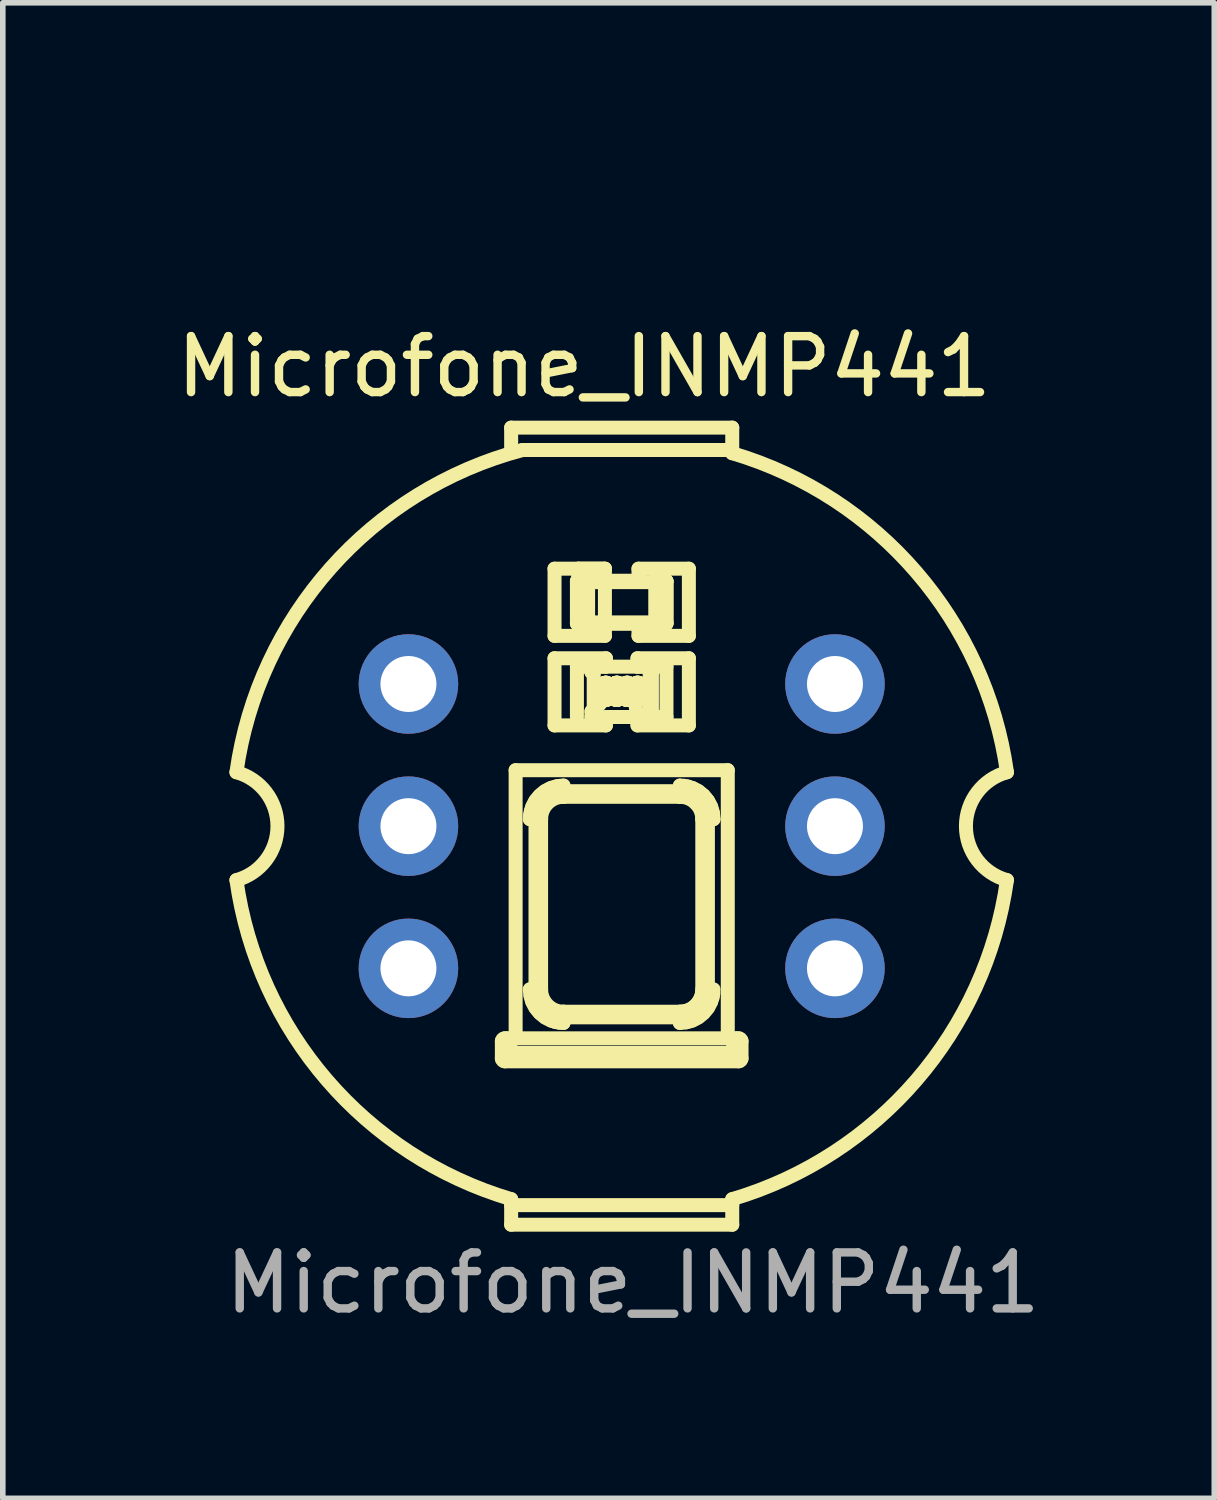
<source format=kicad_pcb>
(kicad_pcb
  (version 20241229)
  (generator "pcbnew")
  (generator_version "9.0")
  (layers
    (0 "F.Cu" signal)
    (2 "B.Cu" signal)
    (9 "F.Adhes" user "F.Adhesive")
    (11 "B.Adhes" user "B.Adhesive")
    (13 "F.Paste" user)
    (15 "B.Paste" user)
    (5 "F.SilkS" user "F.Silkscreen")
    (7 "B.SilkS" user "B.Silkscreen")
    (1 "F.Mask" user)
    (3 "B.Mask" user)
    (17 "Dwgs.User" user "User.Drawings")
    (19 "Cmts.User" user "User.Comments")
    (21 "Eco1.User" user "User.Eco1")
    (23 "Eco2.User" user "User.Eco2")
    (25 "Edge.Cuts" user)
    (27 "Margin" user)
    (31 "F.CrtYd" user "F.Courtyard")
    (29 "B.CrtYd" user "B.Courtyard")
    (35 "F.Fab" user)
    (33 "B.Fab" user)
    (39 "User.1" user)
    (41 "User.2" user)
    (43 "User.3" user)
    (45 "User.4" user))
  (footprint "Microfone_INMP441"
    (layer "F.Cu")
    (at 8.227 0.25)
    (property "Reference" "Microfone_INMP441" (at -0.84 3.25 0) (unlocked yes) (layer "F.SilkS") (effects (font (size 1 1) (thickness 0.15))))
    (attr through_hole)
    (fp_line (start -2.311 15.611) (end -2.311 15.3) (stroke (width 0.25) (type default)) (layer "F.SilkS"))
    (fp_line (start -2.261 15.25) (end -2.211 15.25) (stroke (width 0.25) (type default)) (layer "F.SilkS"))
    (fp_line (start -2.161 15.3) (end -2.161 15.461) (stroke (width 0.25) (type default)) (layer "F.SilkS"))
    (fp_line (start -2.145 4.74) (end -2.145 4.34) (stroke (width 0.25) (type default)) (layer "F.SilkS"))
    (fp_line (start -2.145 18.23) (end 1.805 18.23) (stroke (width 0.25) (type default)) (layer "F.SilkS"))
    (fp_line (start -2.145 18.58) (end -2.145 18.123) (stroke (width 0.25) (type default)) (layer "F.SilkS"))
    (fp_line (start -2.145 18.58) (end 1.805 18.58) (stroke (width 0.25) (type default)) (layer "F.SilkS"))
    (fp_line (start -2.111 15.511) (end 1.771 15.511) (stroke (width 0.25) (type default)) (layer "F.SilkS"))
    (fp_line (start -2.065 10.46) (end 1.725 10.46) (stroke (width 0.25) (type default)) (layer "F.SilkS"))
    (fp_line (start -2.065 15.25) (end -2.065 10.46) (stroke (width 0.25) (type default)) (layer "F.SilkS"))
    (fp_line (start -1.71 14.375) (end -1.71 11.335) (stroke (width 0.25) (type default)) (layer "F.SilkS"))
    (fp_line (start -1.61 11.335) (end -1.81 11.335) (stroke (width 0.25) (type default)) (layer "F.SilkS"))
    (fp_line (start -1.61 14.375) (end -1.81 14.375) (stroke (width 0.25) (type default)) (layer "F.SilkS"))
    (fp_line (start -1.61 14.375) (end -1.61 11.335) (stroke (width 0.25) (type default)) (layer "F.SilkS"))
    (fp_line (start -1.37 6.86) (end -0.47 6.86) (stroke (width 0.25) (type default)) (layer "F.SilkS"))
    (fp_line (start -1.37 8.06) (end -1.37 6.86) (stroke (width 0.25) (type default)) (layer "F.SilkS"))
    (fp_line (start -1.37 8.46) (end -0.452 8.46) (stroke (width 0.25) (type default)) (layer "F.SilkS"))
    (fp_line (start -1.37 9.66) (end -1.37 8.46) (stroke (width 0.25) (type default)) (layer "F.SilkS"))
    (fp_line (start -1.21 10.735) (end -1.21 10.935) (stroke (width 0.25) (type default)) (layer "F.SilkS"))
    (fp_line (start -1.21 10.935) (end 0.87 10.935) (stroke (width 0.25) (type default)) (layer "F.SilkS"))
    (fp_line (start -1.21 14.775) (end -1.21 14.975) (stroke (width 0.25) (type default)) (layer "F.SilkS"))
    (fp_line (start -1.21 10.835) (end 0.87 10.835) (stroke (width 0.25) (type default)) (layer "F.SilkS"))
    (fp_line (start -0.97 7.085) (end -0.97 7.835) (stroke (width 0.25) (type default)) (layer "F.SilkS"))
    (fp_line (start -0.97 7.085) (end -0.77 7.085) (stroke (width 0.25) (type default)) (layer "F.SilkS"))
    (fp_line (start -0.97 8.61) (end 0.63 8.61) (stroke (width 0.25) (type default)) (layer "F.SilkS"))
    (fp_line (start -0.97 9.51) (end -0.97 8.61) (stroke (width 0.25) (type default)) (layer "F.SilkS"))
    (fp_line (start -0.945 7.86) (end -0.945 7.06) (stroke (width 0.25) (type default)) (layer "F.SilkS"))
    (fp_line (start -0.945 7.86) (end -0.77 7.86) (stroke (width 0.25) (type default)) (layer "F.SilkS"))
    (fp_line (start -0.945 6.86) (end -0.47 6.86) (stroke (width 0.25) (type default)) (layer "F.SilkS"))
    (fp_line (start -0.945 7.06) (end -0.945 6.86) (stroke (width 0.25) (type default)) (layer "F.SilkS"))
    (fp_line (start -0.77 7.06) (end -0.945 7.06) (stroke (width 0.25) (type default)) (layer "F.SilkS"))
    (fp_line (start -0.77 7.075) (end -0.77 7.085) (stroke (width 0.25) (type default)) (layer "F.SilkS"))
    (fp_line (start -0.77 7.1) (end 0.43 7.1) (stroke (width 0.25) (type default)) (layer "F.SilkS"))
    (fp_line (start -0.77 7.82) (end -0.945 7.86) (stroke (width 0.25) (type default)) (layer "F.SilkS"))
    (fp_line (start -0.77 7.835) (end -0.97 7.835) (stroke (width 0.25) (type default)) (layer "F.SilkS"))
    (fp_line (start -0.77 7.835) (end -0.77 7.845) (stroke (width 0.25) (type default)) (layer "F.SilkS"))
    (fp_line (start -0.77 7.845) (end 0.43 7.845) (stroke (width 0.25) (type default)) (layer "F.SilkS"))
    (fp_line (start -0.77 7.86) (end -0.77 7.1) (stroke (width 0.25) (type default)) (layer "F.SilkS"))
    (fp_line (start -0.71 8.61) (end -0.452 8.61) (stroke (width 0.25) (type default)) (layer "F.SilkS"))
    (fp_line (start -0.71 8.71) (end -0.71 8.61) (stroke (width 0.25) (type default)) (layer "F.SilkS"))
    (fp_line (start -0.71 9.41) (end -0.67 9.41) (stroke (width 0.25) (type default)) (layer "F.SilkS"))
    (fp_line (start -0.71 9.51) (end -0.71 9.41) (stroke (width 0.25) (type default)) (layer "F.SilkS"))
    (fp_line (start -0.71 9.51) (end -0.69 9.51) (stroke (width 0.25) (type default)) (layer "F.SilkS"))
    (fp_line (start -0.69 8.71) (end -0.69 8.61) (stroke (width 0.25) (type default)) (layer "F.SilkS"))
    (fp_line (start -0.69 9.41) (end -0.67 9.51) (stroke (width 0.25) (type default)) (layer "F.SilkS"))
    (fp_line (start -0.69 9.51) (end -0.69 9.41) (stroke (width 0.25) (type default)) (layer "F.SilkS"))
    (fp_line (start -0.67 8.61) (end -0.69 8.61) (stroke (width 0.25) (type default)) (layer "F.SilkS"))
    (fp_line (start -0.67 8.71) (end -0.71 8.71) (stroke (width 0.25) (type default)) (layer "F.SilkS"))
    (fp_line (start -0.67 9.51) (end -0.67 8.61) (stroke (width 0.25) (type default)) (layer "F.SilkS"))
    (fp_line (start -0.47 6.86) (end -0.47 7.075) (stroke (width 0.25) (type default)) (layer "F.SilkS"))
    (fp_line (start -0.47 7.075) (end -0.47 7.845) (stroke (width 0.25) (type default)) (layer "F.SilkS"))
    (fp_line (start -0.47 7.845) (end -0.47 8.06) (stroke (width 0.25) (type default)) (layer "F.SilkS"))
    (fp_line (start -0.47 8.06) (end -1.37 8.06) (stroke (width 0.25) (type default)) (layer "F.SilkS"))
    (fp_line (start -0.452 8.46) (end -0.452 8.61) (stroke (width 0.25) (type default)) (layer "F.SilkS"))
    (fp_line (start -0.452 9.51) (end -0.452 9.66) (stroke (width 0.25) (type default)) (layer "F.SilkS"))
    (fp_line (start -0.452 9.51) (end 0.63 9.51) (stroke (width 0.25) (type default)) (layer "F.SilkS"))
    (fp_line (start -0.452 9.66) (end -1.37 9.66) (stroke (width 0.25) (type default)) (layer "F.SilkS"))
    (fp_line (start -0.408 9.098) (end -0.67 9.41) (stroke (width 0.25) (type default)) (layer "F.SilkS"))
    (fp_line (start -0.378 9.102) (end -0.408 9.098) (stroke (width 0.25) (type default)) (layer "F.SilkS"))
    (fp_line (start -0.216 9.112) (end -0.378 9.102) (stroke (width 0.25) (type default)) (layer "F.SilkS"))
    (fp_line (start -0.188 8.971) (end -0.219 8.975) (stroke (width 0.25) (type default)) (layer "F.SilkS"))
    (fp_line (start -0.185 9.117) (end -0.216 9.112) (stroke (width 0.25) (type default)) (layer "F.SilkS"))
    (fp_line (start -0.032 9.133) (end -0.185 9.117) (stroke (width 0.25) (type default)) (layer "F.SilkS"))
    (fp_line (start -0.005 9.144) (end -0.032 9.133) (stroke (width 0.25) (type default)) (layer "F.SilkS"))
    (fp_line (start 0.038 9.119) (end 0.069 9.115) (stroke (width 0.25) (type default)) (layer "F.SilkS"))
    (fp_line (start 0.049 9.162) (end -0.005 9.144) (stroke (width 0.25) (type default)) (layer "F.SilkS"))
    (fp_line (start 0.053 9.169) (end 0.112 9.51) (stroke (width 0.25) (type default)) (layer "F.SilkS"))
    (fp_line (start 0.073 8.975) (end 0.042 8.971) (stroke (width 0.25) (type default)) (layer "F.SilkS"))
    (fp_line (start 0.096 9.057) (end 0.1 9.021) (stroke (width 0.25) (type default)) (layer "F.SilkS"))
    (fp_line (start 0.1 9.021) (end 0.105 9.022) (stroke (width 0.25) (type default)) (layer "F.SilkS"))
    (fp_line (start 0.112 8.46) (end 1.03 8.46) (stroke (width 0.25) (type default)) (layer "F.SilkS"))
    (fp_line (start 0.112 8.61) (end 0.112 8.46) (stroke (width 0.25) (type default)) (layer "F.SilkS"))
    (fp_line (start 0.112 8.61) (end 0.33 8.61) (stroke (width 0.25) (type default)) (layer "F.SilkS"))
    (fp_line (start 0.112 9.66) (end 0.112 9.51) (stroke (width 0.25) (type default)) (layer "F.SilkS"))
    (fp_line (start 0.13 6.86) (end 1.03 6.86) (stroke (width 0.25) (type default)) (layer "F.SilkS"))
    (fp_line (start 0.13 7.075) (end -0.77 7.075) (stroke (width 0.25) (type default)) (layer "F.SilkS"))
    (fp_line (start 0.13 7.075) (end 0.13 6.86) (stroke (width 0.25) (type default)) (layer "F.SilkS"))
    (fp_line (start 0.13 8.06) (end 0.13 7.845) (stroke (width 0.25) (type default)) (layer "F.SilkS"))
    (fp_line (start 0.33 8.61) (end 0.33 9.51) (stroke (width 0.25) (type default)) (layer "F.SilkS"))
    (fp_line (start 0.33 9.41) (end 0.37 9.41) (stroke (width 0.25) (type default)) (layer "F.SilkS"))
    (fp_line (start 0.33 9.51) (end 0.35 9.51) (stroke (width 0.25) (type default)) (layer "F.SilkS"))
    (fp_line (start 0.35 8.61) (end 0.35 8.71) (stroke (width 0.25) (type default)) (layer "F.SilkS"))
    (fp_line (start 0.35 9.41) (end 0.35 9.51) (stroke (width 0.25) (type default)) (layer "F.SilkS"))
    (fp_line (start 0.37 8.61) (end 0.35 8.61) (stroke (width 0.25) (type default)) (layer "F.SilkS"))
    (fp_line (start 0.37 8.61) (end 0.37 8.71) (stroke (width 0.25) (type default)) (layer "F.SilkS"))
    (fp_line (start 0.37 8.71) (end 0.35 8.71) (stroke (width 0.25) (type default)) (layer "F.SilkS"))
    (fp_line (start 0.37 9.41) (end 0.37 9.51) (stroke (width 0.25) (type default)) (layer "F.SilkS"))
    (fp_line (start 0.37 9.51) (end 0.37 8.71) (stroke (width 0.25) (type default)) (layer "F.SilkS"))
    (fp_line (start 0.43 7.085) (end 0.43 7.82) (stroke (width 0.25) (type default)) (layer "F.SilkS"))
    (fp_line (start 0.43 7.085) (end 0.43 7.1) (stroke (width 0.25) (type default)) (layer "F.SilkS"))
    (fp_line (start 0.43 7.085) (end 0.63 7.085) (stroke (width 0.25) (type default)) (layer "F.SilkS"))
    (fp_line (start 0.43 7.82) (end -0.77 7.82) (stroke (width 0.25) (type default)) (layer "F.SilkS"))
    (fp_line (start 0.43 7.845) (end 0.43 7.835) (stroke (width 0.25) (type default)) (layer "F.SilkS"))
    (fp_line (start 0.58 7.085) (end 0.43 7.085) (stroke (width 0.25) (type default)) (layer "F.SilkS"))
    (fp_line (start 0.605 7.06) (end 0.43 7.06) (stroke (width 0.25) (type default)) (layer "F.SilkS"))
    (fp_line (start 0.605 7.06) (end 0.605 7.86) (stroke (width 0.25) (type default)) (layer "F.SilkS"))
    (fp_line (start 0.605 7.86) (end 0.13 7.845) (stroke (width 0.25) (type default)) (layer "F.SilkS"))
    (fp_line (start 0.605 7.86) (end 0.43 7.86) (stroke (width 0.25) (type default)) (layer "F.SilkS"))
    (fp_line (start 0.63 7.085) (end 0.63 7.835) (stroke (width 0.25) (type default)) (layer "F.SilkS"))
    (fp_line (start 0.63 7.835) (end 0.43 7.835) (stroke (width 0.25) (type default)) (layer "F.SilkS"))
    (fp_line (start 0.63 7.835) (end 0.63 7.085) (stroke (width 0.25) (type default)) (layer "F.SilkS"))
    (fp_line (start 0.63 8.61) (end 0.63 9.51) (stroke (width 0.25) (type default)) (layer "F.SilkS"))
    (fp_line (start 0.87 14.875) (end -1.21 14.875) (stroke (width 0.25) (type default)) (layer "F.SilkS"))
    (fp_line (start 0.87 10.935) (end 0.87 10.735) (stroke (width 0.25) (type default)) (layer "F.SilkS"))
    (fp_line (start 0.87 14.775) (end -1.21 14.775) (stroke (width 0.25) (type default)) (layer "F.SilkS"))
    (fp_line (start 0.87 14.975) (end 0.87 14.775) (stroke (width 0.25) (type default)) (layer "F.SilkS"))
    (fp_line (start 1.03 6.86) (end 1.03 8.06) (stroke (width 0.25) (type default)) (layer "F.SilkS"))
    (fp_line (start 1.03 8.06) (end 0.13 8.06) (stroke (width 0.25) (type default)) (layer "F.SilkS"))
    (fp_line (start 1.03 8.46) (end 1.03 9.66) (stroke (width 0.25) (type default)) (layer "F.SilkS"))
    (fp_line (start 1.03 9.66) (end 0.112 9.66) (stroke (width 0.25) (type default)) (layer "F.SilkS"))
    (fp_line (start 1.27 11.335) (end 1.27 14.375) (stroke (width 0.25) (type default)) (layer "F.SilkS"))
    (fp_line (start 1.27 11.335) (end 1.37 11.335) (stroke (width 0.25) (type default)) (layer "F.SilkS"))
    (fp_line (start 1.37 11.335) (end 1.37 14.375) (stroke (width 0.25) (type default)) (layer "F.SilkS"))
    (fp_line (start 1.37 11.335) (end 1.47 11.335) (stroke (width 0.25) (type default)) (layer "F.SilkS"))
    (fp_line (start 1.725 10.46) (end 1.725 15.25) (stroke (width 0.25) (type default)) (layer "F.SilkS"))
    (fp_line (start 1.725 15.25) (end -2.065 15.25) (stroke (width 0.25) (type default)) (layer "F.SilkS"))
    (fp_line (start 1.805 4.34) (end -2.145 4.34) (stroke (width 0.25) (type default)) (layer "F.SilkS"))
    (fp_line (start 1.805 4.74) (end -1.943 4.74) (stroke (width 0.25) (type default)) (layer "F.SilkS"))
    (fp_line (start 1.805 4.797) (end 1.805 4.34) (stroke (width 0.25) (type default)) (layer "F.SilkS"))
    (fp_line (start 1.805 18.123) (end 1.805 18.58) (stroke (width 0.25) (type default)) (layer "F.SilkS"))
    (fp_line (start 1.821 15.3) (end 1.821 15.461) (stroke (width 0.25) (type default)) (layer "F.SilkS"))
    (fp_line (start 1.871 15.25) (end 1.921 15.25) (stroke (width 0.25) (type default)) (layer "F.SilkS"))
    (fp_line (start 1.921 15.661) (end -2.261 15.661) (stroke (width 0.25) (type default)) (layer "F.SilkS"))
    (fp_line (start 1.971 15.3) (end 1.971 15.611) (stroke (width 0.25) (type default)) (layer "F.SilkS"))
    (fp_arc (start -7.052867 10.49634) (mid -6.32 11.46) (end -7.052867 12.42366) (stroke (width 0.25) (type default)) (layer "F.SilkS"))
    (fp_arc (start -7.052867 10.49634) (mid -5.367646 6.84622) (end -1.94315 4.74) (stroke (width 0.25) (type default)) (layer "F.SilkS"))
    (fp_arc (start -2.310957 15.299998) (mid -2.296313 15.264644) (end -2.26096 15.25) (stroke (width 0.25) (type default)) (layer "F.SilkS"))
    (fp_arc (start -2.26096 15.661006) (mid -2.296313 15.646362) (end -2.310957 15.611008) (stroke (width 0.25) (type default)) (layer "F.SilkS"))
    (fp_arc (start -2.210958 15.25) (mid -2.175602 15.264645) (end -2.160957 15.300001) (stroke (width 0.25) (type default)) (layer "F.SilkS"))
    (fp_arc (start -2.145 18.123472) (mid -5.436633 15.994873) (end -7.052867 12.42366) (stroke (width 0.25) (type default)) (layer "F.SilkS"))
    (fp_arc (start -2.110959 15.511006) (mid -2.146313 15.496362) (end -2.160957 15.461008) (stroke (width 0.25) (type default)) (layer "F.SilkS"))
    (fp_arc (start -1.71 11.335001) (mid -1.563553 10.981447) (end -1.209999 10.835) (stroke (width 0.25) (type default)) (layer "F.SilkS"))
    (fp_arc (start -1.209999 14.875) (mid -1.563553 14.728553) (end -1.71 14.374999) (stroke (width 0.25) (type default)) (layer "F.SilkS"))
    (fp_arc (start -0.97 7.085) (mid -0.962676 7.067322) (end -0.944998 7.06) (stroke (width 0.25) (type default)) (layer "F.SilkS"))
    (fp_arc (start -0.945 7.86) (mid -0.962677 7.852677) (end -0.97 7.835) (stroke (width 0.25) (type default)) (layer "F.SilkS"))
    (fp_arc (start 0.580002 7.084999) (mid 0.605001 7.06) (end 0.63 7.085) (stroke (width 0.25) (type default)) (layer "F.SilkS"))
    (fp_arc (start 0.63 7.835) (mid 0.622678 7.852678) (end 0.605 7.86) (stroke (width 0.25) (type default)) (layer "F.SilkS"))
    (fp_arc (start 0.869999 10.835) (mid 1.223553 10.981447) (end 1.37 11.335001) (stroke (width 0.25) (type default)) (layer "F.SilkS"))
    (fp_arc (start 1.37 14.374999) (mid 1.223553 14.728553) (end 0.869998 14.875) (stroke (width 0.25) (type default)) (layer "F.SilkS"))
    (fp_arc (start 1.805 4.796529) (mid 5.096633 6.925127) (end 6.712867 10.49634) (stroke (width 0.25) (type default)) (layer "F.SilkS"))
    (fp_arc (start 1.820958 15.300002) (mid 1.835602 15.264646) (end 1.870958 15.25) (stroke (width 0.25) (type default)) (layer "F.SilkS"))
    (fp_arc (start 1.820958 15.461005) (mid 1.806313 15.496361) (end 1.770957 15.511006) (stroke (width 0.25) (type default)) (layer "F.SilkS"))
    (fp_arc (start 1.920957 15.25) (mid 1.956313 15.264645) (end 1.970958 15.300001) (stroke (width 0.25) (type default)) (layer "F.SilkS"))
    (fp_arc (start 1.970958 15.611005) (mid 1.956313 15.646361) (end 1.920957 15.661006) (stroke (width 0.25) (type default)) (layer "F.SilkS"))
    (fp_arc (start 6.712867 12.42366) (mid 5.096634 15.994874) (end 1.805 18.123471) (stroke (width 0.25) (type default)) (layer "F.SilkS"))
    (fp_arc (start 6.712867 12.42366) (mid 5.98 11.46) (end 6.712867 10.49634) (stroke (width 0.25) (type default)) (layer "F.SilkS"))
    (fp_curve (pts (xy -1.81 11.335) (xy -1.809 11.31) (xy -1.808 11.285) (xy -1.805 11.26)) (stroke (width 0.25) (type default)) (layer "F.SilkS"))
    (fp_curve (pts (xy -1.805 11.26) (xy -1.802 11.235) (xy -1.798 11.21) (xy -1.791 11.186)) (stroke (width 0.25) (type default)) (layer "F.SilkS"))
    (fp_curve (pts (xy -1.799 14.488) (xy -1.806 14.451) (xy -1.808 14.413) (xy -1.81 14.375)) (stroke (width 0.25) (type default)) (layer "F.SilkS"))
    (fp_curve (pts (xy -1.791 11.186) (xy -1.785 11.162) (xy -1.777 11.138) (xy -1.768 11.114)) (stroke (width 0.25) (type default)) (layer "F.SilkS"))
    (fp_curve (pts (xy -1.768 11.114) (xy -1.753 11.076) (xy -1.734 11.04) (xy -1.712 11.006)) (stroke (width 0.25) (type default)) (layer "F.SilkS"))
    (fp_curve (pts (xy -1.768 14.596) (xy -1.782 14.561) (xy -1.793 14.525) (xy -1.799 14.488)) (stroke (width 0.25) (type default)) (layer "F.SilkS"))
    (fp_curve (pts (xy -1.712 11.006) (xy -1.689 10.972) (xy -1.663 10.94) (xy -1.634 10.911)) (stroke (width 0.25) (type default)) (layer "F.SilkS"))
    (fp_curve (pts (xy -1.711 14.705) (xy -1.734 14.671) (xy -1.753 14.634) (xy -1.768 14.596)) (stroke (width 0.25) (type default)) (layer "F.SilkS"))
    (fp_curve (pts (xy -1.634 10.911) (xy -1.605 10.882) (xy -1.574 10.856) (xy -1.54 10.834)) (stroke (width 0.25) (type default)) (layer "F.SilkS"))
    (fp_curve (pts (xy -1.634 14.799) (xy -1.663 14.77) (xy -1.689 14.739) (xy -1.711 14.705)) (stroke (width 0.25) (type default)) (layer "F.SilkS"))
    (fp_curve (pts (xy -1.61 14.375) (xy -1.61 14.596) (xy -1.431 14.775) (xy -1.21 14.775)) (stroke (width 0.25) (type default)) (layer "F.SilkS"))
    (fp_curve (pts (xy -1.54 10.834) (xy -1.506 10.811) (xy -1.469 10.792) (xy -1.431 10.777)) (stroke (width 0.25) (type default)) (layer "F.SilkS"))
    (fp_curve (pts (xy -1.539 14.877) (xy -1.573 14.854) (xy -1.605 14.828) (xy -1.634 14.799)) (stroke (width 0.25) (type default)) (layer "F.SilkS"))
    (fp_curve (pts (xy -1.431 10.777) (xy -1.396 10.763) (xy -1.36 10.752) (xy -1.323 10.746)) (stroke (width 0.25) (type default)) (layer "F.SilkS"))
    (fp_curve (pts (xy -1.431 14.933) (xy -1.469 14.918) (xy -1.505 14.899) (xy -1.539 14.877)) (stroke (width 0.25) (type default)) (layer "F.SilkS"))
    (fp_curve (pts (xy -1.359 14.956) (xy -1.383 14.95) (xy -1.407 14.942) (xy -1.431 14.933)) (stroke (width 0.25) (type default)) (layer "F.SilkS"))
    (fp_curve (pts (xy -1.323 10.746) (xy -1.286 10.739) (xy -1.248 10.737) (xy -1.21 10.735)) (stroke (width 0.25) (type default)) (layer "F.SilkS"))
    (fp_curve (pts (xy -1.285 14.97) (xy -1.31 14.967) (xy -1.335 14.963) (xy -1.359 14.956)) (stroke (width 0.25) (type default)) (layer "F.SilkS"))
    (fp_curve (pts (xy -1.21 10.935) (xy -1.431 10.935) (xy -1.61 11.114) (xy -1.61 11.335)) (stroke (width 0.25) (type default)) (layer "F.SilkS"))
    (fp_curve (pts (xy -1.21 14.975) (xy -1.235 14.974) (xy -1.26 14.973) (xy -1.285 14.97)) (stroke (width 0.25) (type default)) (layer "F.SilkS"))
    (fp_curve (pts (xy -0.535 9.051) (xy -0.535 9.045) (xy -0.535 9.039) (xy -0.535 9.032)) (stroke (width 0.25) (type default)) (layer "F.SilkS"))
    (fp_curve (pts (xy -0.535 9.032) (xy -0.534 9.027) (xy -0.534 9.021) (xy -0.534 9.015)) (stroke (width 0.25) (type default)) (layer "F.SilkS"))
    (fp_curve (pts (xy -0.535 9.071) (xy -0.535 9.064) (xy -0.535 9.058) (xy -0.535 9.051)) (stroke (width 0.25) (type default)) (layer "F.SilkS"))
    (fp_curve (pts (xy -0.534 9.015) (xy -0.533 9.01) (xy -0.533 9.004) (xy -0.532 8.999)) (stroke (width 0.25) (type default)) (layer "F.SilkS"))
    (fp_curve (pts (xy -0.533 9.09) (xy -0.534 9.084) (xy -0.534 9.077) (xy -0.535 9.071)) (stroke (width 0.25) (type default)) (layer "F.SilkS"))
    (fp_curve (pts (xy -0.532 8.999) (xy -0.531 8.994) (xy -0.531 8.989) (xy -0.53 8.984)) (stroke (width 0.25) (type default)) (layer "F.SilkS"))
    (fp_curve (pts (xy -0.532 9.107) (xy -0.533 9.102) (xy -0.533 9.096) (xy -0.533 9.09)) (stroke (width 0.25) (type default)) (layer "F.SilkS"))
    (fp_curve (pts (xy -0.53 8.984) (xy -0.529 8.979) (xy -0.528 8.975) (xy -0.527 8.97)) (stroke (width 0.25) (type default)) (layer "F.SilkS"))
    (fp_curve (pts (xy -0.529 9.123) (xy -0.53 9.118) (xy -0.531 9.113) (xy -0.532 9.107)) (stroke (width 0.25) (type default)) (layer "F.SilkS"))
    (fp_curve (pts (xy -0.527 8.97) (xy -0.526 8.966) (xy -0.525 8.962) (xy -0.523 8.958)) (stroke (width 0.25) (type default)) (layer "F.SilkS"))
    (fp_curve (pts (xy -0.526 9.137) (xy -0.527 9.132) (xy -0.528 9.128) (xy -0.529 9.123)) (stroke (width 0.25) (type default)) (layer "F.SilkS"))
    (fp_curve (pts (xy -0.523 8.958) (xy -0.522 8.954) (xy -0.521 8.95) (xy -0.519 8.946)) (stroke (width 0.25) (type default)) (layer "F.SilkS"))
    (fp_curve (pts (xy -0.522 9.15) (xy -0.524 9.146) (xy -0.525 9.141) (xy -0.526 9.137)) (stroke (width 0.25) (type default)) (layer "F.SilkS"))
    (fp_curve (pts (xy -0.519 8.946) (xy -0.518 8.943) (xy -0.516 8.939) (xy -0.515 8.936)) (stroke (width 0.25) (type default)) (layer "F.SilkS"))
    (fp_curve (pts (xy -0.518 9.161) (xy -0.52 9.157) (xy -0.521 9.153) (xy -0.522 9.15)) (stroke (width 0.25) (type default)) (layer "F.SilkS"))
    (fp_curve (pts (xy -0.515 8.936) (xy -0.513 8.933) (xy -0.511 8.93) (xy -0.509 8.927)) (stroke (width 0.25) (type default)) (layer "F.SilkS"))
    (fp_curve (pts (xy -0.513 9.17) (xy -0.515 9.167) (xy -0.516 9.164) (xy -0.518 9.161)) (stroke (width 0.25) (type default)) (layer "F.SilkS"))
    (fp_curve (pts (xy -0.509 8.927) (xy -0.507 8.924) (xy -0.505 8.921) (xy -0.503 8.919)) (stroke (width 0.25) (type default)) (layer "F.SilkS"))
    (fp_curve (pts (xy -0.507 9.178) (xy -0.509 9.176) (xy -0.511 9.173) (xy -0.513 9.17)) (stroke (width 0.25) (type default)) (layer "F.SilkS"))
    (fp_curve (pts (xy -0.504 9.051) (xy -0.504 9.045) (xy -0.504 9.039) (xy -0.503 9.033)) (stroke (width 0.25) (type default)) (layer "F.SilkS"))
    (fp_curve (pts (xy -0.503 9.033) (xy -0.503 9.028) (xy -0.503 9.023) (xy -0.503 9.017)) (stroke (width 0.25) (type default)) (layer "F.SilkS"))
    (fp_curve (pts (xy -0.503 9.068) (xy -0.504 9.062) (xy -0.504 9.057) (xy -0.504 9.051)) (stroke (width 0.25) (type default)) (layer "F.SilkS"))
    (fp_curve (pts (xy -0.503 8.919) (xy -0.501 8.916) (xy -0.499 8.914) (xy -0.497 8.912)) (stroke (width 0.25) (type default)) (layer "F.SilkS"))
    (fp_curve (pts (xy -0.503 9.017) (xy -0.503 9.013) (xy -0.502 9.008) (xy -0.502 9.003)) (stroke (width 0.25) (type default)) (layer "F.SilkS"))
    (fp_curve (pts (xy -0.503 9.084) (xy -0.503 9.079) (xy -0.503 9.074) (xy -0.503 9.068)) (stroke (width 0.25) (type default)) (layer "F.SilkS"))
    (fp_curve (pts (xy -0.502 9.003) (xy -0.501 8.999) (xy -0.501 8.994) (xy -0.5 8.99)) (stroke (width 0.25) (type default)) (layer "F.SilkS"))
    (fp_curve (pts (xy -0.502 9.099) (xy -0.502 9.094) (xy -0.503 9.089) (xy -0.503 9.084)) (stroke (width 0.25) (type default)) (layer "F.SilkS"))
    (fp_curve (pts (xy -0.501 9.185) (xy -0.503 9.183) (xy -0.505 9.181) (xy -0.507 9.178)) (stroke (width 0.25) (type default)) (layer "F.SilkS"))
    (fp_curve (pts (xy -0.5 8.99) (xy -0.5 8.986) (xy -0.499 8.982) (xy -0.498 8.979)) (stroke (width 0.25) (type default)) (layer "F.SilkS"))
    (fp_curve (pts (xy -0.5 9.112) (xy -0.501 9.107) (xy -0.501 9.103) (xy -0.502 9.099)) (stroke (width 0.25) (type default)) (layer "F.SilkS"))
    (fp_curve (pts (xy -0.498 8.979) (xy -0.498 8.975) (xy -0.497 8.972) (xy -0.496 8.969)) (stroke (width 0.25) (type default)) (layer "F.SilkS"))
    (fp_curve (pts (xy -0.498 9.123) (xy -0.499 9.119) (xy -0.5 9.116) (xy -0.5 9.112)) (stroke (width 0.25) (type default)) (layer "F.SilkS"))
    (fp_curve (pts (xy -0.497 8.912) (xy -0.494 8.91) (xy -0.492 8.908) (xy -0.49 8.907)) (stroke (width 0.25) (type default)) (layer "F.SilkS"))
    (fp_curve (pts (xy -0.496 8.969) (xy -0.495 8.966) (xy -0.494 8.963) (xy -0.493 8.96)) (stroke (width 0.25) (type default)) (layer "F.SilkS"))
    (fp_curve (pts (xy -0.496 9.133) (xy -0.497 9.13) (xy -0.498 9.127) (xy -0.498 9.123)) (stroke (width 0.25) (type default)) (layer "F.SilkS"))
    (fp_curve (pts (xy -0.494 9.191) (xy -0.496 9.189) (xy -0.499 9.187) (xy -0.501 9.185)) (stroke (width 0.25) (type default)) (layer "F.SilkS"))
    (fp_curve (pts (xy -0.493 8.96) (xy -0.492 8.958) (xy -0.491 8.955) (xy -0.49 8.953)) (stroke (width 0.25) (type default)) (layer "F.SilkS"))
    (fp_curve (pts (xy -0.493 9.142) (xy -0.494 9.139) (xy -0.495 9.136) (xy -0.496 9.133)) (stroke (width 0.25) (type default)) (layer "F.SilkS"))
    (fp_curve (pts (xy -0.49 8.953) (xy -0.489 8.951) (xy -0.488 8.949) (xy -0.487 8.947)) (stroke (width 0.25) (type default)) (layer "F.SilkS"))
    (fp_curve (pts (xy -0.49 9.149) (xy -0.491 9.146) (xy -0.492 9.144) (xy -0.493 9.142)) (stroke (width 0.25) (type default)) (layer "F.SilkS"))
    (fp_curve (pts (xy -0.49 8.907) (xy -0.487 8.905) (xy -0.484 8.903) (xy -0.482 8.902)) (stroke (width 0.25) (type default)) (layer "F.SilkS"))
    (fp_curve (pts (xy -0.487 9.196) (xy -0.49 9.194) (xy -0.492 9.193) (xy -0.494 9.191)) (stroke (width 0.25) (type default)) (layer "F.SilkS"))
    (fp_curve (pts (xy -0.487 8.947) (xy -0.485 8.945) (xy -0.484 8.944) (xy -0.483 8.942)) (stroke (width 0.25) (type default)) (layer "F.SilkS"))
    (fp_curve (pts (xy -0.486 9.154) (xy -0.488 9.153) (xy -0.489 9.151) (xy -0.49 9.149)) (stroke (width 0.25) (type default)) (layer "F.SilkS"))
    (fp_curve (pts (xy -0.483 8.942) (xy -0.482 8.941) (xy -0.48 8.939) (xy -0.479 8.938)) (stroke (width 0.25) (type default)) (layer "F.SilkS"))
    (fp_curve (pts (xy -0.482 9.159) (xy -0.484 9.158) (xy -0.485 9.156) (xy -0.486 9.154)) (stroke (width 0.25) (type default)) (layer "F.SilkS"))
    (fp_curve (pts (xy -0.482 8.902) (xy -0.479 8.901) (xy -0.476 8.9) (xy -0.473 8.899)) (stroke (width 0.25) (type default)) (layer "F.SilkS"))
    (fp_curve (pts (xy -0.48 9.2) (xy -0.482 9.199) (xy -0.485 9.197) (xy -0.487 9.196)) (stroke (width 0.25) (type default)) (layer "F.SilkS"))
    (fp_curve (pts (xy -0.479 8.938) (xy -0.478 8.937) (xy -0.476 8.935) (xy -0.475 8.934)) (stroke (width 0.25) (type default)) (layer "F.SilkS"))
    (fp_curve (pts (xy -0.478 9.164) (xy -0.48 9.162) (xy -0.481 9.161) (xy -0.482 9.159)) (stroke (width 0.25) (type default)) (layer "F.SilkS"))
    (fp_curve (pts (xy -0.475 8.934) (xy -0.473 8.933) (xy -0.472 8.932) (xy -0.47 8.931)) (stroke (width 0.25) (type default)) (layer "F.SilkS"))
    (fp_curve (pts (xy -0.474 9.167) (xy -0.476 9.166) (xy -0.477 9.165) (xy -0.478 9.164)) (stroke (width 0.25) (type default)) (layer "F.SilkS"))
    (fp_curve (pts (xy -0.473 8.899) (xy -0.47 8.898) (xy -0.467 8.898) (xy -0.464 8.897)) (stroke (width 0.25) (type default)) (layer "F.SilkS"))
    (fp_curve (pts (xy -0.472 9.202) (xy -0.475 9.202) (xy -0.477 9.201) (xy -0.48 9.2)) (stroke (width 0.25) (type default)) (layer "F.SilkS"))
    (fp_curve (pts (xy -0.47 8.931) (xy -0.469 8.931) (xy -0.467 8.93) (xy -0.466 8.93)) (stroke (width 0.25) (type default)) (layer "F.SilkS"))
    (fp_curve (pts (xy -0.469 9.17) (xy -0.471 9.169) (xy -0.473 9.168) (xy -0.474 9.167)) (stroke (width 0.25) (type default)) (layer "F.SilkS"))
    (fp_curve (pts (xy -0.466 8.93) (xy -0.464 8.929) (xy -0.463 8.929) (xy -0.461 8.928)) (stroke (width 0.25) (type default)) (layer "F.SilkS"))
    (fp_curve (pts (xy -0.465 9.172) (xy -0.466 9.171) (xy -0.468 9.171) (xy -0.469 9.17)) (stroke (width 0.25) (type default)) (layer "F.SilkS"))
    (fp_curve (pts (xy -0.464 8.897) (xy -0.461 8.897) (xy -0.458 8.897) (xy -0.455 8.897)) (stroke (width 0.25) (type default)) (layer "F.SilkS"))
    (fp_curve (pts (xy -0.464 9.204) (xy -0.467 9.204) (xy -0.469 9.203) (xy -0.472 9.202)) (stroke (width 0.25) (type default)) (layer "F.SilkS"))
    (fp_curve (pts (xy -0.461 8.928) (xy -0.459 8.928) (xy -0.458 8.928) (xy -0.456 8.928)) (stroke (width 0.25) (type default)) (layer "F.SilkS"))
    (fp_curve (pts (xy -0.46 9.173) (xy -0.461 9.173) (xy -0.463 9.172) (xy -0.465 9.172)) (stroke (width 0.25) (type default)) (layer "F.SilkS"))
    (fp_curve (pts (xy -0.456 8.928) (xy -0.454 8.928) (xy -0.453 8.928) (xy -0.451 8.928)) (stroke (width 0.25) (type default)) (layer "F.SilkS"))
    (fp_curve (pts (xy -0.455 9.205) (xy -0.458 9.204) (xy -0.461 9.204) (xy -0.464 9.204)) (stroke (width 0.25) (type default)) (layer "F.SilkS"))
    (fp_curve (pts (xy -0.455 8.897) (xy -0.452 8.897) (xy -0.449 8.897) (xy -0.446 8.897)) (stroke (width 0.25) (type default)) (layer "F.SilkS"))
    (fp_curve (pts (xy -0.454 9.173) (xy -0.456 9.173) (xy -0.458 9.173) (xy -0.46 9.173)) (stroke (width 0.25) (type default)) (layer "F.SilkS"))
    (fp_curve (pts (xy -0.451 8.928) (xy -0.449 8.929) (xy -0.447 8.929) (xy -0.446 8.929)) (stroke (width 0.25) (type default)) (layer "F.SilkS"))
    (fp_curve (pts (xy -0.449 9.173) (xy -0.451 9.173) (xy -0.453 9.173) (xy -0.454 9.173)) (stroke (width 0.25) (type default)) (layer "F.SilkS"))
    (fp_curve (pts (xy -0.446 8.897) (xy -0.444 8.898) (xy -0.441 8.898) (xy -0.438 8.899)) (stroke (width 0.25) (type default)) (layer "F.SilkS"))
    (fp_curve (pts (xy -0.446 8.929) (xy -0.444 8.93) (xy -0.442 8.931) (xy -0.441 8.931)) (stroke (width 0.25) (type default)) (layer "F.SilkS"))
    (fp_curve (pts (xy -0.446 9.204) (xy -0.449 9.204) (xy -0.452 9.204) (xy -0.455 9.205)) (stroke (width 0.25) (type default)) (layer "F.SilkS"))
    (fp_curve (pts (xy -0.444 9.172) (xy -0.446 9.172) (xy -0.448 9.173) (xy -0.449 9.173)) (stroke (width 0.25) (type default)) (layer "F.SilkS"))
    (fp_curve (pts (xy -0.441 8.931) (xy -0.439 8.932) (xy -0.438 8.933) (xy -0.436 8.934)) (stroke (width 0.25) (type default)) (layer "F.SilkS"))
    (fp_curve (pts (xy -0.44 9.17) (xy -0.441 9.171) (xy -0.443 9.171) (xy -0.444 9.172)) (stroke (width 0.25) (type default)) (layer "F.SilkS"))
    (fp_curve (pts (xy -0.438 8.899) (xy -0.436 8.899) (xy -0.433 8.9) (xy -0.431 8.901)) (stroke (width 0.25) (type default)) (layer "F.SilkS"))
    (fp_curve (pts (xy -0.437 9.202) (xy -0.44 9.203) (xy -0.443 9.204) (xy -0.446 9.204)) (stroke (width 0.25) (type default)) (layer "F.SilkS"))
    (fp_curve (pts (xy -0.436 8.934) (xy -0.435 8.935) (xy -0.433 8.936) (xy -0.432 8.938)) (stroke (width 0.25) (type default)) (layer "F.SilkS"))
    (fp_curve (pts (xy -0.435 9.167) (xy -0.437 9.168) (xy -0.438 9.169) (xy -0.44 9.17)) (stroke (width 0.25) (type default)) (layer "F.SilkS"))
    (fp_curve (pts (xy -0.432 8.938) (xy -0.43 8.939) (xy -0.429 8.94) (xy -0.428 8.942)) (stroke (width 0.25) (type default)) (layer "F.SilkS"))
    (fp_curve (pts (xy -0.431 9.164) (xy -0.433 9.165) (xy -0.434 9.166) (xy -0.435 9.167)) (stroke (width 0.25) (type default)) (layer "F.SilkS"))
    (fp_curve (pts (xy -0.431 8.901) (xy -0.428 8.902) (xy -0.426 8.903) (xy -0.423 8.905)) (stroke (width 0.25) (type default)) (layer "F.SilkS"))
    (fp_curve (pts (xy -0.428 9.199) (xy -0.431 9.2) (xy -0.434 9.201) (xy -0.437 9.202)) (stroke (width 0.25) (type default)) (layer "F.SilkS"))
    (fp_curve (pts (xy -0.428 8.942) (xy -0.426 8.943) (xy -0.425 8.945) (xy -0.424 8.947)) (stroke (width 0.25) (type default)) (layer "F.SilkS"))
    (fp_curve (pts (xy -0.427 9.159) (xy -0.429 9.161) (xy -0.43 9.162) (xy -0.431 9.164)) (stroke (width 0.25) (type default)) (layer "F.SilkS"))
    (fp_curve (pts (xy -0.424 8.947) (xy -0.422 8.949) (xy -0.421 8.951) (xy -0.42 8.953)) (stroke (width 0.25) (type default)) (layer "F.SilkS"))
    (fp_curve (pts (xy -0.424 9.154) (xy -0.425 9.156) (xy -0.426 9.158) (xy -0.427 9.159)) (stroke (width 0.25) (type default)) (layer "F.SilkS"))
    (fp_curve (pts (xy -0.423 8.905) (xy -0.421 8.906) (xy -0.419 8.908) (xy -0.417 8.909)) (stroke (width 0.25) (type default)) (layer "F.SilkS"))
    (fp_curve (pts (xy -0.42 9.195) (xy -0.423 9.196) (xy -0.425 9.198) (xy -0.428 9.199)) (stroke (width 0.25) (type default)) (layer "F.SilkS"))
    (fp_curve (pts (xy -0.42 8.953) (xy -0.419 8.955) (xy -0.418 8.957) (xy -0.417 8.96)) (stroke (width 0.25) (type default)) (layer "F.SilkS"))
    (fp_curve (pts (xy -0.42 9.148) (xy -0.421 9.15) (xy -0.422 9.152) (xy -0.424 9.154)) (stroke (width 0.25) (type default)) (layer "F.SilkS"))
    (fp_curve (pts (xy -0.417 8.96) (xy -0.416 8.962) (xy -0.415 8.965) (xy -0.414 8.968)) (stroke (width 0.25) (type default)) (layer "F.SilkS"))
    (fp_curve (pts (xy -0.417 8.909) (xy -0.415 8.911) (xy -0.413 8.913) (xy -0.411 8.915)) (stroke (width 0.25) (type default)) (layer "F.SilkS"))
    (fp_curve (pts (xy -0.417 9.141) (xy -0.418 9.144) (xy -0.419 9.146) (xy -0.42 9.148)) (stroke (width 0.25) (type default)) (layer "F.SilkS"))
    (fp_curve (pts (xy -0.414 8.968) (xy -0.413 8.971) (xy -0.412 8.975) (xy -0.412 8.978)) (stroke (width 0.25) (type default)) (layer "F.SilkS"))
    (fp_curve (pts (xy -0.414 9.133) (xy -0.415 9.136) (xy -0.416 9.138) (xy -0.417 9.141)) (stroke (width 0.25) (type default)) (layer "F.SilkS"))
    (fp_curve (pts (xy -0.413 9.189) (xy -0.415 9.191) (xy -0.418 9.193) (xy -0.42 9.195)) (stroke (width 0.25) (type default)) (layer "F.SilkS"))
    (fp_curve (pts (xy -0.412 8.978) (xy -0.411 8.982) (xy -0.41 8.986) (xy -0.41 8.99)) (stroke (width 0.25) (type default)) (layer "F.SilkS"))
    (fp_curve (pts (xy -0.412 9.123) (xy -0.412 9.126) (xy -0.413 9.129) (xy -0.414 9.133)) (stroke (width 0.25) (type default)) (layer "F.SilkS"))
    (fp_curve (pts (xy -0.411 8.915) (xy -0.409 8.917) (xy -0.407 8.919) (xy -0.405 8.921)) (stroke (width 0.25) (type default)) (layer "F.SilkS"))
    (fp_curve (pts (xy -0.41 8.99) (xy -0.409 8.994) (xy -0.409 8.998) (xy -0.408 9.003)) (stroke (width 0.25) (type default)) (layer "F.SilkS"))
    (fp_curve (pts (xy -0.41 9.111) (xy -0.41 9.115) (xy -0.411 9.119) (xy -0.412 9.123)) (stroke (width 0.25) (type default)) (layer "F.SilkS"))
    (fp_curve (pts (xy -0.408 9.003) (xy -0.408 9.007) (xy -0.407 9.012) (xy -0.407 9.017)) (stroke (width 0.25) (type default)) (layer "F.SilkS"))
    (fp_curve (pts (xy -0.408 9.098) (xy -0.409 9.103) (xy -0.409 9.107) (xy -0.41 9.111)) (stroke (width 0.25) (type default)) (layer "F.SilkS"))
    (fp_curve (pts (xy -0.407 9.017) (xy -0.407 9.022) (xy -0.407 9.028) (xy -0.407 9.033)) (stroke (width 0.25) (type default)) (layer "F.SilkS"))
    (fp_curve (pts (xy -0.407 9.084) (xy -0.407 9.089) (xy -0.408 9.094) (xy -0.408 9.098)) (stroke (width 0.25) (type default)) (layer "F.SilkS"))
    (fp_curve (pts (xy -0.407 9.183) (xy -0.409 9.185) (xy -0.411 9.187) (xy -0.413 9.189)) (stroke (width 0.25) (type default)) (layer "F.SilkS"))
    (fp_curve (pts (xy -0.407 9.033) (xy -0.406 9.039) (xy -0.406 9.045) (xy -0.406 9.051)) (stroke (width 0.25) (type default)) (layer "F.SilkS"))
    (fp_curve (pts (xy -0.407 9.068) (xy -0.407 9.073) (xy -0.407 9.079) (xy -0.407 9.084)) (stroke (width 0.25) (type default)) (layer "F.SilkS"))
    (fp_curve (pts (xy -0.406 9.051) (xy -0.406 9.056) (xy -0.406 9.062) (xy -0.407 9.068)) (stroke (width 0.25) (type default)) (layer "F.SilkS"))
    (fp_curve (pts (xy -0.405 8.921) (xy -0.403 8.923) (xy -0.401 8.926) (xy -0.4 8.928)) (stroke (width 0.25) (type default)) (layer "F.SilkS"))
    (fp_curve (pts (xy -0.401 9.175) (xy -0.403 9.177) (xy -0.405 9.18) (xy -0.407 9.183)) (stroke (width 0.25) (type default)) (layer "F.SilkS"))
    (fp_curve (pts (xy -0.4 8.928) (xy -0.398 8.932) (xy -0.396 8.935) (xy -0.394 8.939)) (stroke (width 0.25) (type default)) (layer "F.SilkS"))
    (fp_curve (pts (xy -0.395 9.165) (xy -0.397 9.169) (xy -0.399 9.172) (xy -0.401 9.175)) (stroke (width 0.25) (type default)) (layer "F.SilkS"))
    (fp_curve (pts (xy -0.394 8.939) (xy -0.392 8.943) (xy -0.39 8.946) (xy -0.389 8.95)) (stroke (width 0.25) (type default)) (layer "F.SilkS"))
    (fp_curve (pts (xy -0.391 9.155) (xy -0.392 9.159) (xy -0.394 9.162) (xy -0.395 9.165)) (stroke (width 0.25) (type default)) (layer "F.SilkS"))
    (fp_curve (pts (xy -0.389 8.95) (xy -0.387 8.955) (xy -0.386 8.959) (xy -0.385 8.964)) (stroke (width 0.25) (type default)) (layer "F.SilkS"))
    (fp_curve (pts (xy -0.387 9.144) (xy -0.388 9.147) (xy -0.389 9.151) (xy -0.391 9.155)) (stroke (width 0.25) (type default)) (layer "F.SilkS"))
    (fp_curve (pts (xy -0.385 8.964) (xy -0.383 8.968) (xy -0.382 8.973) (xy -0.381 8.978)) (stroke (width 0.25) (type default)) (layer "F.SilkS"))
    (fp_curve (pts (xy -0.383 9.131) (xy -0.384 9.135) (xy -0.385 9.139) (xy -0.387 9.144)) (stroke (width 0.25) (type default)) (layer "F.SilkS"))
    (fp_curve (pts (xy -0.381 8.978) (xy -0.38 8.983) (xy -0.379 8.989) (xy -0.379 8.994)) (stroke (width 0.25) (type default)) (layer "F.SilkS"))
    (fp_curve (pts (xy -0.38 9.117) (xy -0.381 9.122) (xy -0.382 9.126) (xy -0.383 9.131)) (stroke (width 0.25) (type default)) (layer "F.SilkS"))
    (fp_curve (pts (xy -0.379 8.994) (xy -0.378 9) (xy -0.377 9.006) (xy -0.377 9.012)) (stroke (width 0.25) (type default)) (layer "F.SilkS"))
    (fp_curve (pts (xy -0.378 9.102) (xy -0.379 9.107) (xy -0.379 9.112) (xy -0.38 9.117)) (stroke (width 0.25) (type default)) (layer "F.SilkS"))
    (fp_curve (pts (xy -0.377 9.012) (xy -0.376 9.018) (xy -0.376 9.024) (xy -0.375 9.03)) (stroke (width 0.25) (type default)) (layer "F.SilkS"))
    (fp_curve (pts (xy -0.376 9.086) (xy -0.377 9.092) (xy -0.377 9.097) (xy -0.378 9.102)) (stroke (width 0.25) (type default)) (layer "F.SilkS"))
    (fp_curve (pts (xy -0.375 9.03) (xy -0.375 9.037) (xy -0.375 9.044) (xy -0.375 9.051)) (stroke (width 0.25) (type default)) (layer "F.SilkS"))
    (fp_curve (pts (xy -0.375 9.069) (xy -0.376 9.075) (xy -0.376 9.081) (xy -0.376 9.086)) (stroke (width 0.25) (type default)) (layer "F.SilkS"))
    (fp_curve (pts (xy -0.375 9.051) (xy -0.375 9.057) (xy -0.375 9.063) (xy -0.375 9.069)) (stroke (width 0.25) (type default)) (layer "F.SilkS"))
    (fp_curve (pts (xy -0.344 9.058) (xy -0.344 9.051) (xy -0.344 9.044) (xy -0.344 9.037)) (stroke (width 0.25) (type default)) (layer "F.SilkS"))
    (fp_curve (pts (xy -0.344 9.037) (xy -0.343 9.031) (xy -0.343 9.024) (xy -0.342 9.018)) (stroke (width 0.25) (type default)) (layer "F.SilkS"))
    (fp_curve (pts (xy -0.344 9.077) (xy -0.344 9.071) (xy -0.344 9.065) (xy -0.344 9.058)) (stroke (width 0.25) (type default)) (layer "F.SilkS"))
    (fp_curve (pts (xy -0.343 9.095) (xy -0.343 9.089) (xy -0.343 9.083) (xy -0.344 9.077)) (stroke (width 0.25) (type default)) (layer "F.SilkS"))
    (fp_curve (pts (xy -0.342 9.018) (xy -0.342 9.012) (xy -0.341 9.006) (xy -0.341 9)) (stroke (width 0.25) (type default)) (layer "F.SilkS"))
    (fp_curve (pts (xy -0.341 9.111) (xy -0.341 9.106) (xy -0.342 9.1) (xy -0.343 9.095)) (stroke (width 0.25) (type default)) (layer "F.SilkS"))
    (fp_curve (pts (xy -0.341 9) (xy -0.34 8.994) (xy -0.339 8.989) (xy -0.338 8.984)) (stroke (width 0.25) (type default)) (layer "F.SilkS"))
    (fp_curve (pts (xy -0.338 9.126) (xy -0.339 9.121) (xy -0.34 9.116) (xy -0.341 9.111)) (stroke (width 0.25) (type default)) (layer "F.SilkS"))
    (fp_curve (pts (xy -0.338 8.984) (xy -0.337 8.979) (xy -0.336 8.974) (xy -0.334 8.969)) (stroke (width 0.25) (type default)) (layer "F.SilkS"))
    (fp_curve (pts (xy -0.335 9.139) (xy -0.336 9.135) (xy -0.337 9.13) (xy -0.338 9.126)) (stroke (width 0.25) (type default)) (layer "F.SilkS"))
    (fp_curve (pts (xy -0.334 8.969) (xy -0.333 8.964) (xy -0.332 8.96) (xy -0.33 8.956)) (stroke (width 0.25) (type default)) (layer "F.SilkS"))
    (fp_curve (pts (xy -0.331 9.151) (xy -0.332 9.147) (xy -0.334 9.143) (xy -0.335 9.139)) (stroke (width 0.25) (type default)) (layer "F.SilkS"))
    (fp_curve (pts (xy -0.33 8.956) (xy -0.329 8.952) (xy -0.327 8.948) (xy -0.325 8.944)) (stroke (width 0.25) (type default)) (layer "F.SilkS"))
    (fp_curve (pts (xy -0.326 9.162) (xy -0.328 9.158) (xy -0.329 9.155) (xy -0.331 9.151)) (stroke (width 0.25) (type default)) (layer "F.SilkS"))
    (fp_curve (pts (xy -0.325 8.944) (xy -0.324 8.94) (xy -0.322 8.937) (xy -0.32 8.934)) (stroke (width 0.25) (type default)) (layer "F.SilkS"))
    (fp_curve (pts (xy -0.32 9.171) (xy -0.322 9.168) (xy -0.324 9.165) (xy -0.326 9.162)) (stroke (width 0.25) (type default)) (layer "F.SilkS"))
    (fp_curve (pts (xy -0.32 8.934) (xy -0.318 8.931) (xy -0.316 8.928) (xy -0.313 8.925)) (stroke (width 0.25) (type default)) (layer "F.SilkS"))
    (fp_curve (pts (xy -0.317 9.044) (xy -0.315 9.041) (xy -0.313 9.038) (xy -0.311 9.035)) (stroke (width 0.25) (type default)) (layer "F.SilkS"))
    (fp_curve (pts (xy -0.317 9.031) (xy -0.317 9.035) (xy -0.317 9.04) (xy -0.317 9.044)) (stroke (width 0.25) (type default)) (layer "F.SilkS"))
    (fp_curve (pts (xy -0.316 9.018) (xy -0.316 9.023) (xy -0.317 9.027) (xy -0.317 9.031)) (stroke (width 0.25) (type default)) (layer "F.SilkS"))
    (fp_curve (pts (xy -0.315 9.007) (xy -0.315 9.011) (xy -0.316 9.015) (xy -0.316 9.018)) (stroke (width 0.25) (type default)) (layer "F.SilkS"))
    (fp_curve (pts (xy -0.314 9.179) (xy -0.316 9.176) (xy -0.318 9.174) (xy -0.32 9.171)) (stroke (width 0.25) (type default)) (layer "F.SilkS"))
    (fp_curve (pts (xy -0.313 8.996) (xy -0.314 8.999) (xy -0.315 9.003) (xy -0.315 9.007)) (stroke (width 0.25) (type default)) (layer "F.SilkS"))
    (fp_curve (pts (xy -0.313 8.925) (xy -0.311 8.923) (xy -0.309 8.92) (xy -0.307 8.918)) (stroke (width 0.25) (type default)) (layer "F.SilkS"))
    (fp_curve (pts (xy -0.313 9.102) (xy -0.313 9.099) (xy -0.313 9.097) (xy -0.313 9.094)) (stroke (width 0.25) (type default)) (layer "F.SilkS"))
    (fp_curve (pts (xy -0.313 9.094) (xy -0.312 9.092) (xy -0.312 9.09) (xy -0.312 9.088)) (stroke (width 0.25) (type default)) (layer "F.SilkS"))
    (fp_curve (pts (xy -0.313 9.11) (xy -0.313 9.107) (xy -0.313 9.104) (xy -0.313 9.102)) (stroke (width 0.25) (type default)) (layer "F.SilkS"))
    (fp_curve (pts (xy -0.312 9.088) (xy -0.312 9.085) (xy -0.311 9.083) (xy -0.311 9.081)) (stroke (width 0.25) (type default)) (layer "F.SilkS"))
    (fp_curve (pts (xy -0.312 9.117) (xy -0.312 9.115) (xy -0.312 9.112) (xy -0.313 9.11)) (stroke (width 0.25) (type default)) (layer "F.SilkS"))
    (fp_curve (pts (xy -0.312 8.986) (xy -0.312 8.989) (xy -0.313 8.992) (xy -0.313 8.996)) (stroke (width 0.25) (type default)) (layer "F.SilkS"))
    (fp_curve (pts (xy -0.311 9.035) (xy -0.31 9.033) (xy -0.307 9.03) (xy -0.305 9.028)) (stroke (width 0.25) (type default)) (layer "F.SilkS"))
    (fp_curve (pts (xy -0.311 9.081) (xy -0.31 9.079) (xy -0.31 9.077) (xy -0.309 9.075)) (stroke (width 0.25) (type default)) (layer "F.SilkS"))
    (fp_curve (pts (xy -0.311 9.124) (xy -0.311 9.122) (xy -0.311 9.119) (xy -0.312 9.117)) (stroke (width 0.25) (type default)) (layer "F.SilkS"))
    (fp_curve (pts (xy -0.309 8.977) (xy -0.31 8.98) (xy -0.311 8.983) (xy -0.312 8.986)) (stroke (width 0.25) (type default)) (layer "F.SilkS"))
    (fp_curve (pts (xy -0.309 9.075) (xy -0.308 9.073) (xy -0.308 9.071) (xy -0.307 9.069)) (stroke (width 0.25) (type default)) (layer "F.SilkS"))
    (fp_curve (pts (xy -0.309 9.131) (xy -0.31 9.129) (xy -0.31 9.126) (xy -0.311 9.124)) (stroke (width 0.25) (type default)) (layer "F.SilkS"))
    (fp_curve (pts (xy -0.308 9.186) (xy -0.31 9.183) (xy -0.312 9.181) (xy -0.314 9.179)) (stroke (width 0.25) (type default)) (layer "F.SilkS"))
    (fp_curve (pts (xy -0.307 9.069) (xy -0.306 9.067) (xy -0.305 9.066) (xy -0.305 9.064)) (stroke (width 0.25) (type default)) (layer "F.SilkS"))
    (fp_curve (pts (xy -0.307 9.137) (xy -0.308 9.135) (xy -0.308 9.133) (xy -0.309 9.131)) (stroke (width 0.25) (type default)) (layer "F.SilkS"))
    (fp_curve (pts (xy -0.307 8.918) (xy -0.304 8.915) (xy -0.302 8.913) (xy -0.299 8.911)) (stroke (width 0.25) (type default)) (layer "F.SilkS"))
    (fp_curve (pts (xy -0.306 8.968) (xy -0.307 8.971) (xy -0.308 8.974) (xy -0.309 8.977)) (stroke (width 0.25) (type default)) (layer "F.SilkS"))
    (fp_curve (pts (xy -0.305 9.028) (xy -0.303 9.025) (xy -0.301 9.023) (xy -0.298 9.021)) (stroke (width 0.25) (type default)) (layer "F.SilkS"))
    (fp_curve (pts (xy -0.305 9.064) (xy -0.304 9.062) (xy -0.303 9.061) (xy -0.302 9.059)) (stroke (width 0.25) (type default)) (layer "F.SilkS"))
    (fp_curve (pts (xy -0.304 9.143) (xy -0.305 9.141) (xy -0.306 9.139) (xy -0.307 9.137)) (stroke (width 0.25) (type default)) (layer "F.SilkS"))
    (fp_curve (pts (xy -0.303 8.961) (xy -0.304 8.963) (xy -0.305 8.966) (xy -0.306 8.968)) (stroke (width 0.25) (type default)) (layer "F.SilkS"))
    (fp_curve (pts (xy -0.302 9.059) (xy -0.3 9.057) (xy -0.299 9.056) (xy -0.298 9.055)) (stroke (width 0.25) (type default)) (layer "F.SilkS"))
    (fp_curve (pts (xy -0.301 9.149) (xy -0.302 9.147) (xy -0.303 9.145) (xy -0.304 9.143)) (stroke (width 0.25) (type default)) (layer "F.SilkS"))
    (fp_curve (pts (xy -0.301 9.191) (xy -0.303 9.19) (xy -0.305 9.188) (xy -0.308 9.186)) (stroke (width 0.25) (type default)) (layer "F.SilkS"))
    (fp_curve (pts (xy -0.299 8.911) (xy -0.297 8.909) (xy -0.294 8.908) (xy -0.292 8.906)) (stroke (width 0.25) (type default)) (layer "F.SilkS"))
    (fp_curve (pts (xy -0.299 8.953) (xy -0.3 8.956) (xy -0.302 8.958) (xy -0.303 8.961)) (stroke (width 0.25) (type default)) (layer "F.SilkS"))
    (fp_curve (pts (xy -0.298 9.021) (xy -0.296 9.019) (xy -0.293 9.017) (xy -0.291 9.016)) (stroke (width 0.25) (type default)) (layer "F.SilkS"))
    (fp_curve (pts (xy -0.298 9.055) (xy -0.297 9.053) (xy -0.296 9.052) (xy -0.294 9.05)) (stroke (width 0.25) (type default)) (layer "F.SilkS"))
    (fp_curve (pts (xy -0.297 9.154) (xy -0.299 9.152) (xy -0.3 9.15) (xy -0.301 9.149)) (stroke (width 0.25) (type default)) (layer "F.SilkS"))
    (fp_curve (pts (xy -0.295 8.946) (xy -0.296 8.949) (xy -0.298 8.951) (xy -0.299 8.953)) (stroke (width 0.25) (type default)) (layer "F.SilkS"))
    (fp_curve (pts (xy -0.294 9.05) (xy -0.293 9.049) (xy -0.292 9.048) (xy -0.29 9.047)) (stroke (width 0.25) (type default)) (layer "F.SilkS"))
    (fp_curve (pts (xy -0.293 9.158) (xy -0.295 9.157) (xy -0.296 9.155) (xy -0.297 9.154)) (stroke (width 0.25) (type default)) (layer "F.SilkS"))
    (fp_curve (pts (xy -0.293 9.196) (xy -0.296 9.195) (xy -0.298 9.193) (xy -0.301 9.191)) (stroke (width 0.25) (type default)) (layer "F.SilkS"))
    (fp_curve (pts (xy -0.292 8.906) (xy -0.289 8.905) (xy -0.287 8.903) (xy -0.284 8.902)) (stroke (width 0.25) (type default)) (layer "F.SilkS"))
    (fp_curve (pts (xy -0.291 9.016) (xy -0.288 9.014) (xy -0.285 9.013) (xy -0.283 9.011)) (stroke (width 0.25) (type default)) (layer "F.SilkS"))
    (fp_curve (pts (xy -0.29 9.047) (xy -0.289 9.046) (xy -0.288 9.045) (xy -0.286 9.044)) (stroke (width 0.25) (type default)) (layer "F.SilkS"))
    (fp_curve (pts (xy -0.29 8.941) (xy -0.291 8.943) (xy -0.293 8.944) (xy -0.295 8.946)) (stroke (width 0.25) (type default)) (layer "F.SilkS"))
    (fp_curve (pts (xy -0.289 9.162) (xy -0.291 9.161) (xy -0.292 9.16) (xy -0.293 9.158)) (stroke (width 0.25) (type default)) (layer "F.SilkS"))
    (fp_curve (pts (xy -0.286 9.044) (xy -0.285 9.043) (xy -0.284 9.042) (xy -0.282 9.041)) (stroke (width 0.25) (type default)) (layer "F.SilkS"))
    (fp_curve (pts (xy -0.286 9.2) (xy -0.288 9.199) (xy -0.291 9.197) (xy -0.293 9.196)) (stroke (width 0.25) (type default)) (layer "F.SilkS"))
    (fp_curve (pts (xy -0.285 9.166) (xy -0.287 9.165) (xy -0.288 9.164) (xy -0.289 9.162)) (stroke (width 0.25) (type default)) (layer "F.SilkS"))
    (fp_curve (pts (xy -0.285 8.936) (xy -0.286 8.938) (xy -0.288 8.939) (xy -0.29 8.941)) (stroke (width 0.25) (type default)) (layer "F.SilkS"))
    (fp_curve (pts (xy -0.284 8.902) (xy -0.281 8.901) (xy -0.278 8.9) (xy -0.275 8.899)) (stroke (width 0.25) (type default)) (layer "F.SilkS"))
    (fp_curve (pts (xy -0.283 9.011) (xy -0.28 9.01) (xy -0.277 9.009) (xy -0.274 9.008)) (stroke (width 0.25) (type default)) (layer "F.SilkS"))
    (fp_curve (pts (xy -0.282 9.041) (xy -0.281 9.041) (xy -0.279 9.04) (xy -0.278 9.039)) (stroke (width 0.25) (type default)) (layer "F.SilkS"))
    (fp_curve (pts (xy -0.281 9.168) (xy -0.282 9.168) (xy -0.284 9.167) (xy -0.285 9.166)) (stroke (width 0.25) (type default)) (layer "F.SilkS"))
    (fp_curve (pts (xy -0.279 8.933) (xy -0.281 8.934) (xy -0.283 8.935) (xy -0.285 8.936)) (stroke (width 0.25) (type default)) (layer "F.SilkS"))
    (fp_curve (pts (xy -0.278 9.039) (xy -0.276 9.039) (xy -0.275 9.038) (xy -0.273 9.038)) (stroke (width 0.25) (type default)) (layer "F.SilkS"))
    (fp_curve (pts (xy -0.277 9.202) (xy -0.28 9.202) (xy -0.283 9.201) (xy -0.286 9.2)) (stroke (width 0.25) (type default)) (layer "F.SilkS"))
    (fp_curve (pts (xy -0.276 9.171) (xy -0.278 9.17) (xy -0.279 9.169) (xy -0.281 9.168)) (stroke (width 0.25) (type default)) (layer "F.SilkS"))
    (fp_curve (pts (xy -0.275 8.899) (xy -0.272 8.898) (xy -0.269 8.898) (xy -0.266 8.897)) (stroke (width 0.25) (type default)) (layer "F.SilkS"))
    (fp_curve (pts (xy -0.274 9.008) (xy -0.272 9.007) (xy -0.269 9.007) (xy -0.266 9.006)) (stroke (width 0.25) (type default)) (layer "F.SilkS"))
    (fp_curve (pts (xy -0.273 8.93) (xy -0.275 8.931) (xy -0.277 8.932) (xy -0.279 8.933)) (stroke (width 0.25) (type default)) (layer "F.SilkS"))
    (fp_curve (pts (xy -0.273 9.038) (xy -0.272 9.038) (xy -0.27 9.037) (xy -0.268 9.037)) (stroke (width 0.25) (type default)) (layer "F.SilkS"))
    (fp_curve (pts (xy -0.271 9.172) (xy -0.273 9.172) (xy -0.275 9.171) (xy -0.276 9.171)) (stroke (width 0.25) (type default)) (layer "F.SilkS"))
    (fp_curve (pts (xy -0.269 9.204) (xy -0.272 9.204) (xy -0.275 9.203) (xy -0.277 9.202)) (stroke (width 0.25) (type default)) (layer "F.SilkS"))
    (fp_curve (pts (xy -0.268 9.037) (xy -0.267 9.037) (xy -0.265 9.037) (xy -0.264 9.037)) (stroke (width 0.25) (type default)) (layer "F.SilkS"))
    (fp_curve (pts (xy -0.267 8.928) (xy -0.269 8.929) (xy -0.271 8.929) (xy -0.273 8.93)) (stroke (width 0.25) (type default)) (layer "F.SilkS"))
    (fp_curve (pts (xy -0.267 9.173) (xy -0.268 9.173) (xy -0.27 9.173) (xy -0.271 9.172)) (stroke (width 0.25) (type default)) (layer "F.SilkS"))
    (fp_curve (pts (xy -0.266 8.897) (xy -0.263 8.897) (xy -0.26 8.897) (xy -0.257 8.897)) (stroke (width 0.25) (type default)) (layer "F.SilkS"))
    (fp_curve (pts (xy -0.266 9.006) (xy -0.263 9.006) (xy -0.26 9.006) (xy -0.257 9.006)) (stroke (width 0.25) (type default)) (layer "F.SilkS"))
    (fp_curve (pts (xy -0.264 9.037) (xy -0.262 9.037) (xy -0.26 9.037) (xy -0.259 9.037)) (stroke (width 0.25) (type default)) (layer "F.SilkS"))
    (fp_curve (pts (xy -0.262 9.173) (xy -0.263 9.173) (xy -0.265 9.173) (xy -0.267 9.173)) (stroke (width 0.25) (type default)) (layer "F.SilkS"))
    (fp_curve (pts (xy -0.261 8.928) (xy -0.263 8.928) (xy -0.265 8.928) (xy -0.267 8.928)) (stroke (width 0.25) (type default)) (layer "F.SilkS"))
    (fp_curve (pts (xy -0.26 9.205) (xy -0.263 9.204) (xy -0.266 9.204) (xy -0.269 9.204)) (stroke (width 0.25) (type default)) (layer "F.SilkS"))
    (fp_curve (pts (xy -0.259 9.037) (xy -0.257 9.037) (xy -0.255 9.038) (xy -0.254 9.038)) (stroke (width 0.25) (type default)) (layer "F.SilkS"))
    (fp_curve (pts (xy -0.257 9.006) (xy -0.255 9.006) (xy -0.252 9.006) (xy -0.25 9.006)) (stroke (width 0.25) (type default)) (layer "F.SilkS"))
    (fp_curve (pts (xy -0.257 8.897) (xy -0.255 8.897) (xy -0.253 8.897) (xy -0.25 8.897)) (stroke (width 0.25) (type default)) (layer "F.SilkS"))
    (fp_curve (pts (xy -0.257 9.173) (xy -0.259 9.173) (xy -0.26 9.173) (xy -0.262 9.173)) (stroke (width 0.25) (type default)) (layer "F.SilkS"))
    (fp_curve (pts (xy -0.257 8.928) (xy -0.258 8.928) (xy -0.26 8.928) (xy -0.261 8.928)) (stroke (width 0.25) (type default)) (layer "F.SilkS"))
    (fp_curve (pts (xy -0.254 9.038) (xy -0.252 9.038) (xy -0.251 9.039) (xy -0.249 9.039)) (stroke (width 0.25) (type default)) (layer "F.SilkS"))
    (fp_curve (pts (xy -0.253 8.929) (xy -0.254 8.929) (xy -0.255 8.928) (xy -0.257 8.928)) (stroke (width 0.25) (type default)) (layer "F.SilkS"))
    (fp_curve (pts (xy -0.253 9.172) (xy -0.254 9.173) (xy -0.256 9.173) (xy -0.257 9.173)) (stroke (width 0.25) (type default)) (layer "F.SilkS"))
    (fp_curve (pts (xy -0.25 8.897) (xy -0.248 8.897) (xy -0.246 8.898) (xy -0.244 8.898)) (stroke (width 0.25) (type default)) (layer "F.SilkS"))
    (fp_curve (pts (xy -0.25 9.006) (xy -0.248 9.007) (xy -0.245 9.007) (xy -0.243 9.008)) (stroke (width 0.25) (type default)) (layer "F.SilkS"))
    (fp_curve (pts (xy -0.25 9.204) (xy -0.253 9.204) (xy -0.257 9.204) (xy -0.26 9.205)) (stroke (width 0.25) (type default)) (layer "F.SilkS"))
    (fp_curve (pts (xy -0.249 9.039) (xy -0.248 9.04) (xy -0.246 9.041) (xy -0.245 9.041)) (stroke (width 0.25) (type default)) (layer "F.SilkS"))
    (fp_curve (pts (xy -0.249 8.93) (xy -0.25 8.93) (xy -0.251 8.929) (xy -0.253 8.929)) (stroke (width 0.25) (type default)) (layer "F.SilkS"))
    (fp_curve (pts (xy -0.249 9.171) (xy -0.25 9.171) (xy -0.251 9.172) (xy -0.253 9.172)) (stroke (width 0.25) (type default)) (layer "F.SilkS"))
    (fp_curve (pts (xy -0.245 8.931) (xy -0.246 8.931) (xy -0.248 8.93) (xy -0.249 8.93)) (stroke (width 0.25) (type default)) (layer "F.SilkS"))
    (fp_curve (pts (xy -0.245 9.041) (xy -0.243 9.042) (xy -0.242 9.043) (xy -0.241 9.044)) (stroke (width 0.25) (type default)) (layer "F.SilkS"))
    (fp_curve (pts (xy -0.245 9.169) (xy -0.246 9.17) (xy -0.247 9.17) (xy -0.249 9.171)) (stroke (width 0.25) (type default)) (layer "F.SilkS"))
    (fp_curve (pts (xy -0.244 8.898) (xy -0.242 8.898) (xy -0.24 8.899) (xy -0.238 8.899)) (stroke (width 0.25) (type default)) (layer "F.SilkS"))
    (fp_curve (pts (xy -0.243 9.008) (xy -0.241 9.008) (xy -0.239 9.009) (xy -0.236 9.01)) (stroke (width 0.25) (type default)) (layer "F.SilkS"))
    (fp_curve (pts (xy -0.242 8.933) (xy -0.243 8.933) (xy -0.244 8.932) (xy -0.245 8.931)) (stroke (width 0.25) (type default)) (layer "F.SilkS"))
    (fp_curve (pts (xy -0.241 9.044) (xy -0.239 9.045) (xy -0.238 9.046) (xy -0.237 9.047)) (stroke (width 0.25) (type default)) (layer "F.SilkS"))
    (fp_curve (pts (xy -0.241 9.166) (xy -0.242 9.167) (xy -0.243 9.168) (xy -0.245 9.169)) (stroke (width 0.25) (type default)) (layer "F.SilkS"))
    (fp_curve (pts (xy -0.24 9.202) (xy -0.244 9.203) (xy -0.247 9.203) (xy -0.25 9.204)) (stroke (width 0.25) (type default)) (layer "F.SilkS"))
    (fp_curve (pts (xy -0.238 8.936) (xy -0.239 8.935) (xy -0.24 8.934) (xy -0.242 8.933)) (stroke (width 0.25) (type default)) (layer "F.SilkS"))
    (fp_curve (pts (xy -0.238 8.899) (xy -0.236 8.9) (xy -0.234 8.901) (xy -0.232 8.902)) (stroke (width 0.25) (type default)) (layer "F.SilkS"))
    (fp_curve (pts (xy -0.237 9.047) (xy -0.235 9.048) (xy -0.234 9.049) (xy -0.233 9.05)) (stroke (width 0.25) (type default)) (layer "F.SilkS"))
    (fp_curve (pts (xy -0.237 9.163) (xy -0.238 9.164) (xy -0.239 9.165) (xy -0.241 9.166)) (stroke (width 0.25) (type default)) (layer "F.SilkS"))
    (fp_curve (pts (xy -0.236 9.01) (xy -0.234 9.01) (xy -0.232 9.011) (xy -0.23 9.012)) (stroke (width 0.25) (type default)) (layer "F.SilkS"))
    (fp_curve (pts (xy -0.235 8.939) (xy -0.236 8.938) (xy -0.237 8.937) (xy -0.238 8.936)) (stroke (width 0.25) (type default)) (layer "F.SilkS"))
    (fp_curve (pts (xy -0.233 9.159) (xy -0.234 9.161) (xy -0.235 9.162) (xy -0.237 9.163)) (stroke (width 0.25) (type default)) (layer "F.SilkS"))
    (fp_curve (pts (xy -0.233 9.05) (xy -0.232 9.052) (xy -0.231 9.053) (xy -0.229 9.055)) (stroke (width 0.25) (type default)) (layer "F.SilkS"))
    (fp_curve (pts (xy -0.232 8.942) (xy -0.233 8.941) (xy -0.234 8.94) (xy -0.235 8.939)) (stroke (width 0.25) (type default)) (layer "F.SilkS"))
    (fp_curve (pts (xy -0.232 8.902) (xy -0.23 8.902) (xy -0.228 8.903) (xy -0.226 8.904)) (stroke (width 0.25) (type default)) (layer "F.SilkS"))
    (fp_curve (pts (xy -0.231 9.198) (xy -0.234 9.199) (xy -0.237 9.201) (xy -0.24 9.202)) (stroke (width 0.25) (type default)) (layer "F.SilkS"))
    (fp_curve (pts (xy -0.23 9.012) (xy -0.228 9.014) (xy -0.226 9.015) (xy -0.224 9.016)) (stroke (width 0.25) (type default)) (layer "F.SilkS"))
    (fp_curve (pts (xy -0.23 9.155) (xy -0.231 9.156) (xy -0.232 9.158) (xy -0.233 9.159)) (stroke (width 0.25) (type default)) (layer "F.SilkS"))
    (fp_curve (pts (xy -0.229 9.055) (xy -0.228 9.056) (xy -0.227 9.058) (xy -0.226 9.059)) (stroke (width 0.25) (type default)) (layer "F.SilkS"))
    (fp_curve (pts (xy -0.228 8.948) (xy -0.229 8.946) (xy -0.231 8.944) (xy -0.232 8.942)) (stroke (width 0.25) (type default)) (layer "F.SilkS"))
    (fp_curve (pts (xy -0.226 9.15) (xy -0.227 9.152) (xy -0.228 9.153) (xy -0.23 9.155)) (stroke (width 0.25) (type default)) (layer "F.SilkS"))
    (fp_curve (pts (xy -0.226 9.059) (xy -0.225 9.061) (xy -0.224 9.063) (xy -0.223 9.064)) (stroke (width 0.25) (type default)) (layer "F.SilkS"))
    (fp_curve (pts (xy -0.226 8.904) (xy -0.224 8.905) (xy -0.222 8.906) (xy -0.221 8.907)) (stroke (width 0.25) (type default)) (layer "F.SilkS"))
    (fp_curve (pts (xy -0.225 8.955) (xy -0.226 8.953) (xy -0.227 8.95) (xy -0.228 8.948)) (stroke (width 0.25) (type default)) (layer "F.SilkS"))
    (fp_curve (pts (xy -0.224 9.016) (xy -0.221 9.018) (xy -0.219 9.019) (xy -0.217 9.021)) (stroke (width 0.25) (type default)) (layer "F.SilkS"))
    (fp_curve (pts (xy -0.223 9.145) (xy -0.224 9.147) (xy -0.225 9.148) (xy -0.226 9.15)) (stroke (width 0.25) (type default)) (layer "F.SilkS"))
    (fp_curve (pts (xy -0.223 9.064) (xy -0.222 9.066) (xy -0.222 9.068) (xy -0.221 9.07)) (stroke (width 0.25) (type default)) (layer "F.SilkS"))
    (fp_curve (pts (xy -0.223 9.193) (xy -0.225 9.195) (xy -0.228 9.197) (xy -0.231 9.198)) (stroke (width 0.25) (type default)) (layer "F.SilkS"))
    (fp_curve (pts (xy -0.222 8.964) (xy -0.222 8.961) (xy -0.223 8.958) (xy -0.225 8.955)) (stroke (width 0.25) (type default)) (layer "F.SilkS"))
    (fp_curve (pts (xy -0.221 9.139) (xy -0.222 9.141) (xy -0.222 9.143) (xy -0.223 9.145)) (stroke (width 0.25) (type default)) (layer "F.SilkS"))
    (fp_curve (pts (xy -0.221 9.07) (xy -0.22 9.072) (xy -0.219 9.074) (xy -0.219 9.076)) (stroke (width 0.25) (type default)) (layer "F.SilkS"))
    (fp_curve (pts (xy -0.221 8.907) (xy -0.219 8.909) (xy -0.217 8.91) (xy -0.216 8.911)) (stroke (width 0.25) (type default)) (layer "F.SilkS"))
    (fp_curve (pts (xy -0.219 8.975) (xy -0.22 8.971) (xy -0.221 8.968) (xy -0.222 8.964)) (stroke (width 0.25) (type default)) (layer "F.SilkS"))
    (fp_curve (pts (xy -0.219 9.133) (xy -0.22 9.135) (xy -0.22 9.137) (xy -0.221 9.139)) (stroke (width 0.25) (type default)) (layer "F.SilkS"))
    (fp_curve (pts (xy -0.219 9.076) (xy -0.218 9.078) (xy -0.218 9.08) (xy -0.217 9.082)) (stroke (width 0.25) (type default)) (layer "F.SilkS"))
    (fp_curve (pts (xy -0.219 9.19) (xy -0.22 9.191) (xy -0.221 9.192) (xy -0.223 9.193)) (stroke (width 0.25) (type default)) (layer "F.SilkS"))
    (fp_curve (pts (xy -0.217 9.021) (xy -0.215 9.022) (xy -0.214 9.024) (xy -0.212 9.026)) (stroke (width 0.25) (type default)) (layer "F.SilkS"))
    (fp_curve (pts (xy -0.217 9.126) (xy -0.218 9.128) (xy -0.218 9.131) (xy -0.219 9.133)) (stroke (width 0.25) (type default)) (layer "F.SilkS"))
    (fp_curve (pts (xy -0.217 9.082) (xy -0.217 9.084) (xy -0.217 9.087) (xy -0.216 9.089)) (stroke (width 0.25) (type default)) (layer "F.SilkS"))
    (fp_curve (pts (xy -0.216 9.089) (xy -0.216 9.091) (xy -0.216 9.094) (xy -0.216 9.096)) (stroke (width 0.25) (type default)) (layer "F.SilkS"))
    (fp_curve (pts (xy -0.216 9.119) (xy -0.217 9.122) (xy -0.217 9.124) (xy -0.217 9.126)) (stroke (width 0.25) (type default)) (layer "F.SilkS"))
    (fp_curve (pts (xy -0.216 8.911) (xy -0.214 8.913) (xy -0.212 8.914) (xy -0.211 8.916)) (stroke (width 0.25) (type default)) (layer "F.SilkS"))
    (fp_curve (pts (xy -0.216 9.096) (xy -0.216 9.099) (xy -0.215 9.101) (xy -0.215 9.104)) (stroke (width 0.25) (type default)) (layer "F.SilkS"))
    (fp_curve (pts (xy -0.216 9.112) (xy -0.216 9.114) (xy -0.216 9.117) (xy -0.216 9.119)) (stroke (width 0.25) (type default)) (layer "F.SilkS"))
    (fp_curve (pts (xy -0.215 9.104) (xy -0.215 9.107) (xy -0.216 9.109) (xy -0.216 9.112)) (stroke (width 0.25) (type default)) (layer "F.SilkS"))
    (fp_curve (pts (xy -0.215 9.186) (xy -0.216 9.188) (xy -0.217 9.189) (xy -0.219 9.19)) (stroke (width 0.25) (type default)) (layer "F.SilkS"))
    (fp_curve (pts (xy -0.212 9.026) (xy -0.21 9.028) (xy -0.208 9.03) (xy -0.206 9.032)) (stroke (width 0.25) (type default)) (layer "F.SilkS"))
    (fp_curve (pts (xy -0.211 9.182) (xy -0.212 9.184) (xy -0.213 9.185) (xy -0.215 9.186)) (stroke (width 0.25) (type default)) (layer "F.SilkS"))
    (fp_curve (pts (xy -0.211 8.916) (xy -0.209 8.917) (xy -0.208 8.919) (xy -0.206 8.921)) (stroke (width 0.25) (type default)) (layer "F.SilkS"))
    (fp_curve (pts (xy -0.207 9.178) (xy -0.208 9.18) (xy -0.21 9.181) (xy -0.211 9.182)) (stroke (width 0.25) (type default)) (layer "F.SilkS"))
    (fp_curve (pts (xy -0.206 8.921) (xy -0.205 8.923) (xy -0.204 8.924) (xy -0.202 8.926)) (stroke (width 0.25) (type default)) (layer "F.SilkS"))
    (fp_curve (pts (xy -0.206 9.032) (xy -0.204 9.034) (xy -0.203 9.037) (xy -0.201 9.039)) (stroke (width 0.25) (type default)) (layer "F.SilkS"))
    (fp_curve (pts (xy -0.204 9.174) (xy -0.205 9.175) (xy -0.206 9.177) (xy -0.207 9.178)) (stroke (width 0.25) (type default)) (layer "F.SilkS"))
    (fp_curve (pts (xy -0.202 8.926) (xy -0.201 8.928) (xy -0.2 8.93) (xy -0.199 8.932)) (stroke (width 0.25) (type default)) (layer "F.SilkS"))
    (fp_curve (pts (xy -0.201 9.039) (xy -0.199 9.042) (xy -0.198 9.044) (xy -0.197 9.047)) (stroke (width 0.25) (type default)) (layer "F.SilkS"))
    (fp_curve (pts (xy -0.201 9.168) (xy -0.202 9.17) (xy -0.203 9.172) (xy -0.204 9.174)) (stroke (width 0.25) (type default)) (layer "F.SilkS"))
    (fp_curve (pts (xy -0.199 8.932) (xy -0.198 8.935) (xy -0.197 8.937) (xy -0.196 8.939)) (stroke (width 0.25) (type default)) (layer "F.SilkS"))
    (fp_curve (pts (xy -0.198 9.163) (xy -0.199 9.165) (xy -0.2 9.167) (xy -0.201 9.168)) (stroke (width 0.25) (type default)) (layer "F.SilkS"))
    (fp_curve (pts (xy -0.197 9.047) (xy -0.195 9.049) (xy -0.194 9.052) (xy -0.193 9.055)) (stroke (width 0.25) (type default)) (layer "F.SilkS"))
    (fp_curve (pts (xy -0.196 8.939) (xy -0.195 8.941) (xy -0.194 8.944) (xy -0.193 8.946)) (stroke (width 0.25) (type default)) (layer "F.SilkS"))
    (fp_curve (pts (xy -0.195 9.157) (xy -0.196 9.159) (xy -0.197 9.161) (xy -0.198 9.163)) (stroke (width 0.25) (type default)) (layer "F.SilkS"))
    (fp_curve (pts (xy -0.193 8.946) (xy -0.192 8.949) (xy -0.192 8.951) (xy -0.191 8.954)) (stroke (width 0.25) (type default)) (layer "F.SilkS"))
    (fp_curve (pts (xy -0.193 9.055) (xy -0.192 9.057) (xy -0.191 9.06) (xy -0.19 9.063)) (stroke (width 0.25) (type default)) (layer "F.SilkS"))
    (fp_curve (pts (xy -0.191 8.954) (xy -0.19 8.957) (xy -0.19 8.959) (xy -0.189 8.962)) (stroke (width 0.25) (type default)) (layer "F.SilkS"))
    (fp_curve (pts (xy -0.19 9.144) (xy -0.192 9.149) (xy -0.193 9.153) (xy -0.195 9.157)) (stroke (width 0.25) (type default)) (layer "F.SilkS"))
    (fp_curve (pts (xy -0.19 9.063) (xy -0.189 9.066) (xy -0.188 9.069) (xy -0.187 9.072)) (stroke (width 0.25) (type default)) (layer "F.SilkS"))
    (fp_curve (pts (xy -0.189 8.962) (xy -0.189 8.965) (xy -0.188 8.968) (xy -0.188 8.971)) (stroke (width 0.25) (type default)) (layer "F.SilkS"))
    (fp_curve (pts (xy -0.187 9.072) (xy -0.187 9.075) (xy -0.186 9.079) (xy -0.186 9.082)) (stroke (width 0.25) (type default)) (layer "F.SilkS"))
    (fp_curve (pts (xy -0.187 9.131) (xy -0.188 9.136) (xy -0.189 9.14) (xy -0.19 9.144)) (stroke (width 0.25) (type default)) (layer "F.SilkS"))
    (fp_curve (pts (xy -0.186 9.082) (xy -0.185 9.085) (xy -0.185 9.089) (xy -0.185 9.092)) (stroke (width 0.25) (type default)) (layer "F.SilkS"))
    (fp_curve (pts (xy -0.185 9.117) (xy -0.185 9.122) (xy -0.186 9.127) (xy -0.187 9.131)) (stroke (width 0.25) (type default)) (layer "F.SilkS"))
    (fp_curve (pts (xy -0.185 9.092) (xy -0.184 9.096) (xy -0.184 9.099) (xy -0.184 9.103)) (stroke (width 0.25) (type default)) (layer "F.SilkS"))
    (fp_curve (pts (xy -0.184 9.103) (xy -0.184 9.108) (xy -0.184 9.113) (xy -0.185 9.117)) (stroke (width 0.25) (type default)) (layer "F.SilkS"))
    (fp_curve (pts (xy -0.153 9.051) (xy -0.153 9.045) (xy -0.153 9.039) (xy -0.153 9.032)) (stroke (width 0.25) (type default)) (layer "F.SilkS"))
    (fp_curve (pts (xy -0.153 9.032) (xy -0.153 9.027) (xy -0.152 9.021) (xy -0.152 9.015)) (stroke (width 0.25) (type default)) (layer "F.SilkS"))
    (fp_curve (pts (xy -0.153 9.071) (xy -0.153 9.064) (xy -0.153 9.058) (xy -0.153 9.051)) (stroke (width 0.25) (type default)) (layer "F.SilkS"))
    (fp_curve (pts (xy -0.152 9.015) (xy -0.151 9.01) (xy -0.151 9.004) (xy -0.15 8.999)) (stroke (width 0.25) (type default)) (layer "F.SilkS"))
    (fp_curve (pts (xy -0.152 9.09) (xy -0.152 9.084) (xy -0.152 9.077) (xy -0.153 9.071)) (stroke (width 0.25) (type default)) (layer "F.SilkS"))
    (fp_curve (pts (xy -0.15 8.999) (xy -0.15 8.994) (xy -0.149 8.989) (xy -0.148 8.984)) (stroke (width 0.25) (type default)) (layer "F.SilkS"))
    (fp_curve (pts (xy -0.15 9.107) (xy -0.151 9.102) (xy -0.151 9.096) (xy -0.152 9.09)) (stroke (width 0.25) (type default)) (layer "F.SilkS"))
    (fp_curve (pts (xy -0.148 8.984) (xy -0.147 8.979) (xy -0.146 8.975) (xy -0.145 8.97)) (stroke (width 0.25) (type default)) (layer "F.SilkS"))
    (fp_curve (pts (xy -0.147 9.123) (xy -0.148 9.118) (xy -0.149 9.113) (xy -0.15 9.107)) (stroke (width 0.25) (type default)) (layer "F.SilkS"))
    (fp_curve (pts (xy -0.145 8.97) (xy -0.144 8.966) (xy -0.143 8.962) (xy -0.142 8.958)) (stroke (width 0.25) (type default)) (layer "F.SilkS"))
    (fp_curve (pts (xy -0.144 9.137) (xy -0.146 9.132) (xy -0.147 9.128) (xy -0.147 9.123)) (stroke (width 0.25) (type default)) (layer "F.SilkS"))
    (fp_curve (pts (xy -0.142 8.958) (xy -0.14 8.954) (xy -0.139 8.95) (xy -0.138 8.946)) (stroke (width 0.25) (type default)) (layer "F.SilkS"))
    (fp_curve (pts (xy -0.141 9.15) (xy -0.142 9.146) (xy -0.143 9.141) (xy -0.144 9.137)) (stroke (width 0.25) (type default)) (layer "F.SilkS"))
    (fp_curve (pts (xy -0.138 8.946) (xy -0.136 8.943) (xy -0.135 8.939) (xy -0.133 8.936)) (stroke (width 0.25) (type default)) (layer "F.SilkS"))
    (fp_curve (pts (xy -0.136 9.161) (xy -0.138 9.157) (xy -0.139 9.153) (xy -0.141 9.15)) (stroke (width 0.25) (type default)) (layer "F.SilkS"))
    (fp_curve (pts (xy -0.133 8.936) (xy -0.131 8.933) (xy -0.129 8.93) (xy -0.127 8.927)) (stroke (width 0.25) (type default)) (layer "F.SilkS"))
    (fp_curve (pts (xy -0.131 9.17) (xy -0.133 9.167) (xy -0.134 9.164) (xy -0.136 9.161)) (stroke (width 0.25) (type default)) (layer "F.SilkS"))
    (fp_curve (pts (xy -0.127 8.927) (xy -0.126 8.924) (xy -0.124 8.921) (xy -0.121 8.919)) (stroke (width 0.25) (type default)) (layer "F.SilkS"))
    (fp_curve (pts (xy -0.125 9.178) (xy -0.127 9.176) (xy -0.129 9.173) (xy -0.131 9.17)) (stroke (width 0.25) (type default)) (layer "F.SilkS"))
    (fp_curve (pts (xy -0.122 9.051) (xy -0.122 9.045) (xy -0.122 9.039) (xy -0.122 9.033)) (stroke (width 0.25) (type default)) (layer "F.SilkS"))
    (fp_curve (pts (xy -0.122 9.033) (xy -0.122 9.028) (xy -0.121 9.023) (xy -0.121 9.017)) (stroke (width 0.25) (type default)) (layer "F.SilkS"))
    (fp_curve (pts (xy -0.122 9.068) (xy -0.122 9.062) (xy -0.122 9.057) (xy -0.122 9.051)) (stroke (width 0.25) (type default)) (layer "F.SilkS"))
    (fp_curve (pts (xy -0.121 8.919) (xy -0.119 8.916) (xy -0.117 8.914) (xy -0.115 8.912)) (stroke (width 0.25) (type default)) (layer "F.SilkS"))
    (fp_curve (pts (xy -0.121 9.017) (xy -0.121 9.013) (xy -0.12 9.008) (xy -0.12 9.003)) (stroke (width 0.25) (type default)) (layer "F.SilkS"))
    (fp_curve (pts (xy -0.121 9.084) (xy -0.121 9.079) (xy -0.122 9.074) (xy -0.122 9.068)) (stroke (width 0.25) (type default)) (layer "F.SilkS"))
    (fp_curve (pts (xy -0.12 9.003) (xy -0.12 8.999) (xy -0.119 8.994) (xy -0.118 8.99)) (stroke (width 0.25) (type default)) (layer "F.SilkS"))
    (fp_curve (pts (xy -0.12 9.099) (xy -0.12 9.094) (xy -0.121 9.089) (xy -0.121 9.084)) (stroke (width 0.25) (type default)) (layer "F.SilkS"))
    (fp_curve (pts (xy -0.119 9.185) (xy -0.121 9.183) (xy -0.123 9.181) (xy -0.125 9.178)) (stroke (width 0.25) (type default)) (layer "F.SilkS"))
    (fp_curve (pts (xy -0.118 8.99) (xy -0.118 8.986) (xy -0.117 8.982) (xy -0.117 8.979)) (stroke (width 0.25) (type default)) (layer "F.SilkS"))
    (fp_curve (pts (xy -0.118 9.112) (xy -0.119 9.107) (xy -0.12 9.103) (xy -0.12 9.099)) (stroke (width 0.25) (type default)) (layer "F.SilkS"))
    (fp_curve (pts (xy -0.117 8.979) (xy -0.116 8.975) (xy -0.115 8.972) (xy -0.114 8.969)) (stroke (width 0.25) (type default)) (layer "F.SilkS"))
    (fp_curve (pts (xy -0.116 9.123) (xy -0.117 9.119) (xy -0.118 9.116) (xy -0.118 9.112)) (stroke (width 0.25) (type default)) (layer "F.SilkS"))
    (fp_curve (pts (xy -0.115 8.912) (xy -0.113 8.91) (xy -0.11 8.908) (xy -0.108 8.907)) (stroke (width 0.25) (type default)) (layer "F.SilkS"))
    (fp_curve (pts (xy -0.114 8.969) (xy -0.113 8.966) (xy -0.112 8.963) (xy -0.111 8.96)) (stroke (width 0.25) (type default)) (layer "F.SilkS"))
    (fp_curve (pts (xy -0.114 9.133) (xy -0.115 9.13) (xy -0.116 9.127) (xy -0.116 9.123)) (stroke (width 0.25) (type default)) (layer "F.SilkS"))
    (fp_curve (pts (xy -0.112 9.191) (xy -0.115 9.189) (xy -0.117 9.187) (xy -0.119 9.185)) (stroke (width 0.25) (type default)) (layer "F.SilkS"))
    (fp_curve (pts (xy -0.111 8.96) (xy -0.11 8.958) (xy -0.109 8.955) (xy -0.108 8.953)) (stroke (width 0.25) (type default)) (layer "F.SilkS"))
    (fp_curve (pts (xy -0.111 9.142) (xy -0.112 9.139) (xy -0.113 9.136) (xy -0.114 9.133)) (stroke (width 0.25) (type default)) (layer "F.SilkS"))
    (fp_curve (pts (xy -0.108 8.953) (xy -0.107 8.951) (xy -0.106 8.949) (xy -0.105 8.947)) (stroke (width 0.25) (type default)) (layer "F.SilkS"))
    (fp_curve (pts (xy -0.108 9.149) (xy -0.109 9.146) (xy -0.11 9.144) (xy -0.111 9.142)) (stroke (width 0.25) (type default)) (layer "F.SilkS"))
    (fp_curve (pts (xy -0.108 8.907) (xy -0.105 8.905) (xy -0.103 8.903) (xy -0.1 8.902)) (stroke (width 0.25) (type default)) (layer "F.SilkS"))
    (fp_curve (pts (xy -0.105 9.196) (xy -0.108 9.194) (xy -0.11 9.193) (xy -0.112 9.191)) (stroke (width 0.25) (type default)) (layer "F.SilkS"))
    (fp_curve (pts (xy -0.105 8.947) (xy -0.104 8.945) (xy -0.102 8.944) (xy -0.101 8.942)) (stroke (width 0.25) (type default)) (layer "F.SilkS"))
    (fp_curve (pts (xy -0.104 9.154) (xy -0.106 9.153) (xy -0.107 9.151) (xy -0.108 9.149)) (stroke (width 0.25) (type default)) (layer "F.SilkS"))
    (fp_curve (pts (xy -0.101 8.942) (xy -0.1 8.941) (xy -0.098 8.939) (xy -0.097 8.938)) (stroke (width 0.25) (type default)) (layer "F.SilkS"))
    (fp_curve (pts (xy -0.101 9.159) (xy -0.102 9.158) (xy -0.103 9.156) (xy -0.104 9.154)) (stroke (width 0.25) (type default)) (layer "F.SilkS"))
    (fp_curve (pts (xy -0.1 8.902) (xy -0.097 8.901) (xy -0.094 8.9) (xy -0.092 8.899)) (stroke (width 0.25) (type default)) (layer "F.SilkS"))
    (fp_curve (pts (xy -0.098 9.2) (xy -0.1 9.199) (xy -0.103 9.197) (xy -0.105 9.196)) (stroke (width 0.25) (type default)) (layer "F.SilkS"))
    (fp_curve (pts (xy -0.097 8.938) (xy -0.096 8.937) (xy -0.094 8.935) (xy -0.093 8.934)) (stroke (width 0.25) (type default)) (layer "F.SilkS"))
    (fp_curve (pts (xy -0.097 9.164) (xy -0.098 9.162) (xy -0.099 9.161) (xy -0.101 9.159)) (stroke (width 0.25) (type default)) (layer "F.SilkS"))
    (fp_curve (pts (xy -0.093 8.934) (xy -0.092 8.933) (xy -0.09 8.932) (xy -0.089 8.931)) (stroke (width 0.25) (type default)) (layer "F.SilkS"))
    (fp_curve (pts (xy -0.092 9.167) (xy -0.094 9.166) (xy -0.095 9.165) (xy -0.097 9.164)) (stroke (width 0.25) (type default)) (layer "F.SilkS"))
    (fp_curve (pts (xy -0.092 8.899) (xy -0.089 8.898) (xy -0.086 8.898) (xy -0.083 8.897)) (stroke (width 0.25) (type default)) (layer "F.SilkS"))
    (fp_curve (pts (xy -0.09 9.202) (xy -0.093 9.202) (xy -0.095 9.201) (xy -0.098 9.2)) (stroke (width 0.25) (type default)) (layer "F.SilkS"))
    (fp_curve (pts (xy -0.089 8.931) (xy -0.087 8.931) (xy -0.086 8.93) (xy -0.084 8.93)) (stroke (width 0.25) (type default)) (layer "F.SilkS"))
    (fp_curve (pts (xy -0.088 9.17) (xy -0.089 9.169) (xy -0.091 9.168) (xy -0.092 9.167)) (stroke (width 0.25) (type default)) (layer "F.SilkS"))
    (fp_curve (pts (xy -0.084 8.93) (xy -0.082 8.929) (xy -0.081 8.929) (xy -0.079 8.928)) (stroke (width 0.25) (type default)) (layer "F.SilkS"))
    (fp_curve (pts (xy -0.083 9.172) (xy -0.084 9.171) (xy -0.086 9.171) (xy -0.088 9.17)) (stroke (width 0.25) (type default)) (layer "F.SilkS"))
    (fp_curve (pts (xy -0.083 8.897) (xy -0.079 8.897) (xy -0.076 8.897) (xy -0.073 8.897)) (stroke (width 0.25) (type default)) (layer "F.SilkS"))
    (fp_curve (pts (xy -0.082 9.204) (xy -0.085 9.204) (xy -0.087 9.203) (xy -0.09 9.202)) (stroke (width 0.25) (type default)) (layer "F.SilkS"))
    (fp_curve (pts (xy -0.079 8.928) (xy -0.078 8.928) (xy -0.076 8.928) (xy -0.074 8.928)) (stroke (width 0.25) (type default)) (layer "F.SilkS"))
    (fp_curve (pts (xy -0.078 9.173) (xy -0.079 9.173) (xy -0.081 9.172) (xy -0.083 9.172)) (stroke (width 0.25) (type default)) (layer "F.SilkS"))
    (fp_curve (pts (xy -0.074 8.928) (xy -0.072 8.928) (xy -0.071 8.928) (xy -0.069 8.928)) (stroke (width 0.25) (type default)) (layer "F.SilkS"))
    (fp_curve (pts (xy -0.073 9.205) (xy -0.076 9.204) (xy -0.079 9.204) (xy -0.082 9.204)) (stroke (width 0.25) (type default)) (layer "F.SilkS"))
    (fp_curve (pts (xy -0.073 8.897) (xy -0.07 8.897) (xy -0.067 8.897) (xy -0.064 8.897)) (stroke (width 0.25) (type default)) (layer "F.SilkS"))
    (fp_curve (pts (xy -0.072 9.173) (xy -0.074 9.173) (xy -0.076 9.173) (xy -0.078 9.173)) (stroke (width 0.25) (type default)) (layer "F.SilkS"))
    (fp_curve (pts (xy -0.069 8.928) (xy -0.067 8.929) (xy -0.065 8.929) (xy -0.064 8.929)) (stroke (width 0.25) (type default)) (layer "F.SilkS"))
    (fp_curve (pts (xy -0.067 9.173) (xy -0.069 9.173) (xy -0.071 9.173) (xy -0.072 9.173)) (stroke (width 0.25) (type default)) (layer "F.SilkS"))
    (fp_curve (pts (xy -0.064 8.897) (xy -0.062 8.898) (xy -0.059 8.898) (xy -0.056 8.899)) (stroke (width 0.25) (type default)) (layer "F.SilkS"))
    (fp_curve (pts (xy -0.064 8.929) (xy -0.062 8.93) (xy -0.06 8.931) (xy -0.059 8.931)) (stroke (width 0.25) (type default)) (layer "F.SilkS"))
    (fp_curve (pts (xy -0.064 9.204) (xy -0.067 9.204) (xy -0.07 9.204) (xy -0.073 9.205)) (stroke (width 0.25) (type default)) (layer "F.SilkS"))
    (fp_curve (pts (xy -0.063 9.172) (xy -0.064 9.172) (xy -0.066 9.173) (xy -0.067 9.173)) (stroke (width 0.25) (type default)) (layer "F.SilkS"))
    (fp_curve (pts (xy -0.059 8.931) (xy -0.057 8.932) (xy -0.056 8.933) (xy -0.054 8.934)) (stroke (width 0.25) (type default)) (layer "F.SilkS"))
    (fp_curve (pts (xy -0.058 9.17) (xy -0.06 9.171) (xy -0.061 9.171) (xy -0.063 9.172)) (stroke (width 0.25) (type default)) (layer "F.SilkS"))
    (fp_curve (pts (xy -0.056 8.899) (xy -0.054 8.899) (xy -0.051 8.9) (xy -0.049 8.901)) (stroke (width 0.25) (type default)) (layer "F.SilkS"))
    (fp_curve (pts (xy -0.055 9.202) (xy -0.058 9.203) (xy -0.061 9.204) (xy -0.064 9.204)) (stroke (width 0.25) (type default)) (layer "F.SilkS"))
    (fp_curve (pts (xy -0.054 8.934) (xy -0.053 8.935) (xy -0.051 8.936) (xy -0.05 8.938)) (stroke (width 0.25) (type default)) (layer "F.SilkS"))
    (fp_curve (pts (xy -0.054 9.167) (xy -0.055 9.168) (xy -0.056 9.169) (xy -0.058 9.17)) (stroke (width 0.25) (type default)) (layer "F.SilkS"))
    (fp_curve (pts (xy -0.05 8.938) (xy -0.048 8.939) (xy -0.047 8.94) (xy -0.046 8.942)) (stroke (width 0.25) (type default)) (layer "F.SilkS"))
    (fp_curve (pts (xy -0.05 9.164) (xy -0.051 9.165) (xy -0.052 9.166) (xy -0.054 9.167)) (stroke (width 0.25) (type default)) (layer "F.SilkS"))
    (fp_curve (pts (xy -0.049 8.901) (xy -0.046 8.902) (xy -0.044 8.903) (xy -0.042 8.905)) (stroke (width 0.25) (type default)) (layer "F.SilkS"))
    (fp_curve (pts (xy -0.046 9.199) (xy -0.049 9.2) (xy -0.052 9.201) (xy -0.055 9.202)) (stroke (width 0.25) (type default)) (layer "F.SilkS"))
    (fp_curve (pts (xy -0.046 8.942) (xy -0.044 8.943) (xy -0.043 8.945) (xy -0.042 8.947)) (stroke (width 0.25) (type default)) (layer "F.SilkS"))
    (fp_curve (pts (xy -0.046 9.159) (xy -0.047 9.161) (xy -0.048 9.162) (xy -0.05 9.164)) (stroke (width 0.25) (type default)) (layer "F.SilkS"))
    (fp_curve (pts (xy -0.042 8.947) (xy -0.041 8.949) (xy -0.039 8.951) (xy -0.038 8.953)) (stroke (width 0.25) (type default)) (layer "F.SilkS"))
    (fp_curve (pts (xy -0.042 9.154) (xy -0.043 9.156) (xy -0.044 9.158) (xy -0.046 9.159)) (stroke (width 0.25) (type default)) (layer "F.SilkS"))
    (fp_curve (pts (xy -0.042 8.905) (xy -0.039 8.906) (xy -0.037 8.908) (xy -0.035 8.909)) (stroke (width 0.25) (type default)) (layer "F.SilkS"))
    (fp_curve (pts (xy -0.039 9.195) (xy -0.041 9.196) (xy -0.044 9.198) (xy -0.046 9.199)) (stroke (width 0.25) (type default)) (layer "F.SilkS"))
    (fp_curve (pts (xy -0.038 8.953) (xy -0.037 8.955) (xy -0.036 8.957) (xy -0.035 8.96)) (stroke (width 0.25) (type default)) (layer "F.SilkS"))
    (fp_curve (pts (xy -0.038 9.148) (xy -0.039 9.15) (xy -0.04 9.152) (xy -0.042 9.154)) (stroke (width 0.25) (type default)) (layer "F.SilkS"))
    (fp_curve (pts (xy -0.035 8.96) (xy -0.034 8.962) (xy -0.033 8.965) (xy -0.032 8.968)) (stroke (width 0.25) (type default)) (layer "F.SilkS"))
    (fp_curve (pts (xy -0.035 8.909) (xy -0.033 8.911) (xy -0.031 8.913) (xy -0.029 8.915)) (stroke (width 0.25) (type default)) (layer "F.SilkS"))
    (fp_curve (pts (xy -0.035 9.141) (xy -0.036 9.144) (xy -0.037 9.146) (xy -0.038 9.148)) (stroke (width 0.25) (type default)) (layer "F.SilkS"))
    (fp_curve (pts (xy -0.032 8.968) (xy -0.031 8.971) (xy -0.031 8.975) (xy -0.03 8.978)) (stroke (width 0.25) (type default)) (layer "F.SilkS"))
    (fp_curve (pts (xy -0.032 9.133) (xy -0.033 9.136) (xy -0.034 9.138) (xy -0.035 9.141)) (stroke (width 0.25) (type default)) (layer "F.SilkS"))
    (fp_curve (pts (xy -0.031 9.189) (xy -0.034 9.191) (xy -0.036 9.193) (xy -0.039 9.195)) (stroke (width 0.25) (type default)) (layer "F.SilkS"))
    (fp_curve (pts (xy -0.03 8.978) (xy -0.029 8.982) (xy -0.028 8.986) (xy -0.028 8.99)) (stroke (width 0.25) (type default)) (layer "F.SilkS"))
    (fp_curve (pts (xy -0.03 9.123) (xy -0.031 9.126) (xy -0.031 9.129) (xy -0.032 9.133)) (stroke (width 0.25) (type default)) (layer "F.SilkS"))
    (fp_curve (pts (xy -0.029 8.915) (xy -0.027 8.917) (xy -0.025 8.919) (xy -0.023 8.921)) (stroke (width 0.25) (type default)) (layer "F.SilkS"))
    (fp_curve (pts (xy -0.028 8.99) (xy -0.027 8.994) (xy -0.027 8.998) (xy -0.026 9.003)) (stroke (width 0.25) (type default)) (layer "F.SilkS"))
    (fp_curve (pts (xy -0.028 9.111) (xy -0.028 9.115) (xy -0.029 9.119) (xy -0.03 9.123)) (stroke (width 0.25) (type default)) (layer "F.SilkS"))
    (fp_curve (pts (xy -0.026 9.003) (xy -0.026 9.007) (xy -0.026 9.012) (xy -0.025 9.017)) (stroke (width 0.25) (type default)) (layer "F.SilkS"))
    (fp_curve (pts (xy -0.026 9.098) (xy -0.027 9.103) (xy -0.027 9.107) (xy -0.028 9.111)) (stroke (width 0.25) (type default)) (layer "F.SilkS"))
    (fp_curve (pts (xy -0.025 9.017) (xy -0.025 9.022) (xy -0.025 9.028) (xy -0.025 9.033)) (stroke (width 0.25) (type default)) (layer "F.SilkS"))
    (fp_curve (pts (xy -0.025 9.084) (xy -0.026 9.089) (xy -0.026 9.094) (xy -0.026 9.098)) (stroke (width 0.25) (type default)) (layer "F.SilkS"))
    (fp_curve (pts (xy -0.025 9.183) (xy -0.027 9.185) (xy -0.029 9.187) (xy -0.031 9.189)) (stroke (width 0.25) (type default)) (layer "F.SilkS"))
    (fp_curve (pts (xy -0.025 9.033) (xy -0.025 9.039) (xy -0.025 9.045) (xy -0.024 9.051)) (stroke (width 0.25) (type default)) (layer "F.SilkS"))
    (fp_curve (pts (xy -0.025 9.068) (xy -0.025 9.073) (xy -0.025 9.079) (xy -0.025 9.084)) (stroke (width 0.25) (type default)) (layer "F.SilkS"))
    (fp_curve (pts (xy -0.024 9.051) (xy -0.025 9.056) (xy -0.025 9.062) (xy -0.025 9.068)) (stroke (width 0.25) (type default)) (layer "F.SilkS"))
    (fp_curve (pts (xy -0.023 8.921) (xy -0.021 8.923) (xy -0.019 8.926) (xy -0.018 8.928)) (stroke (width 0.25) (type default)) (layer "F.SilkS"))
    (fp_curve (pts (xy -0.019 9.175) (xy -0.021 9.177) (xy -0.023 9.18) (xy -0.025 9.183)) (stroke (width 0.25) (type default)) (layer "F.SilkS"))
    (fp_curve (pts (xy -0.018 8.928) (xy -0.016 8.932) (xy -0.014 8.935) (xy -0.012 8.939)) (stroke (width 0.25) (type default)) (layer "F.SilkS"))
    (fp_curve (pts (xy -0.014 9.165) (xy -0.015 9.169) (xy -0.017 9.172) (xy -0.019 9.175)) (stroke (width 0.25) (type default)) (layer "F.SilkS"))
    (fp_curve (pts (xy -0.012 8.939) (xy -0.01 8.943) (xy -0.009 8.946) (xy -0.007 8.95)) (stroke (width 0.25) (type default)) (layer "F.SilkS"))
    (fp_curve (pts (xy -0.009 9.155) (xy -0.01 9.159) (xy -0.012 9.162) (xy -0.014 9.165)) (stroke (width 0.25) (type default)) (layer "F.SilkS"))
    (fp_curve (pts (xy -0.007 8.95) (xy -0.005 8.955) (xy -0.004 8.959) (xy -0.003 8.964)) (stroke (width 0.25) (type default)) (layer "F.SilkS"))
    (fp_curve (pts (xy -0.005 9.144) (xy -0.006 9.147) (xy -0.007 9.151) (xy -0.009 9.155)) (stroke (width 0.25) (type default)) (layer "F.SilkS"))
    (fp_curve (pts (xy -0.003 8.964) (xy -0.002 8.968) (xy -0.000375 8.973) (xy 0.001 8.978)) (stroke (width 0.25) (type default)) (layer "F.SilkS"))
    (fp_curve (pts (xy -0.001 9.131) (xy -0.002 9.135) (xy -0.003 9.139) (xy -0.005 9.144)) (stroke (width 0.25) (type default)) (layer "F.SilkS"))
    (fp_curve (pts (xy 0.001 8.978) (xy 0.002 8.983) (xy 0.002 8.989) (xy 0.003 8.994)) (stroke (width 0.25) (type default)) (layer "F.SilkS"))
    (fp_curve (pts (xy 0.002 9.117) (xy 0.001 9.122) (xy -0.000135 9.126) (xy -0.001 9.131)) (stroke (width 0.25) (type default)) (layer "F.SilkS"))
    (fp_curve (pts (xy 0.003 8.994) (xy 0.004 9) (xy 0.005 9.006) (xy 0.005 9.012)) (stroke (width 0.25) (type default)) (layer "F.SilkS"))
    (fp_curve (pts (xy 0.004 9.102) (xy 0.003 9.107) (xy 0.003 9.112) (xy 0.002 9.117)) (stroke (width 0.25) (type default)) (layer "F.SilkS"))
    (fp_curve (pts (xy 0.005 9.012) (xy 0.006 9.018) (xy 0.006 9.024) (xy 0.006 9.03)) (stroke (width 0.25) (type default)) (layer "F.SilkS"))
    (fp_curve (pts (xy 0.005 9.086) (xy 0.005 9.092) (xy 0.004 9.097) (xy 0.004 9.102)) (stroke (width 0.25) (type default)) (layer "F.SilkS"))
    (fp_curve (pts (xy 0.006 9.03) (xy 0.007 9.037) (xy 0.007 9.044) (xy 0.007 9.051)) (stroke (width 0.25) (type default)) (layer "F.SilkS"))
    (fp_curve (pts (xy 0.006 9.069) (xy 0.006 9.075) (xy 0.006 9.081) (xy 0.005 9.086)) (stroke (width 0.25) (type default)) (layer "F.SilkS"))
    (fp_curve (pts (xy 0.007 9.051) (xy 0.007 9.057) (xy 0.007 9.063) (xy 0.006 9.069)) (stroke (width 0.25) (type default)) (layer "F.SilkS"))
    (fp_curve (pts (xy 0.039 9.128) (xy 0.038 9.125) (xy 0.038 9.122) (xy 0.038 9.119)) (stroke (width 0.25) (type default)) (layer "F.SilkS"))
    (fp_curve (pts (xy 0.041 9.137) (xy 0.04 9.134) (xy 0.039 9.131) (xy 0.039 9.128)) (stroke (width 0.25) (type default)) (layer "F.SilkS"))
    (fp_curve (pts (xy 0.042 8.971) (xy 0.042 8.968) (xy 0.043 8.965) (xy 0.043 8.962)) (stroke (width 0.25) (type default)) (layer "F.SilkS"))
    (fp_curve (pts (xy 0.043 9.146) (xy 0.042 9.143) (xy 0.041 9.14) (xy 0.041 9.137)) (stroke (width 0.25) (type default)) (layer "F.SilkS"))
    (fp_curve (pts (xy 0.043 8.962) (xy 0.044 8.959) (xy 0.045 8.956) (xy 0.045 8.954)) (stroke (width 0.25) (type default)) (layer "F.SilkS"))
    (fp_curve (pts (xy 0.045 8.954) (xy 0.046 8.951) (xy 0.047 8.948) (xy 0.048 8.946)) (stroke (width 0.25) (type default)) (layer "F.SilkS"))
    (fp_curve (pts (xy 0.046 9.154) (xy 0.045 9.151) (xy 0.044 9.149) (xy 0.043 9.146)) (stroke (width 0.25) (type default)) (layer "F.SilkS"))
    (fp_curve (pts (xy 0.048 8.946) (xy 0.049 8.943) (xy 0.05 8.941) (xy 0.051 8.939)) (stroke (width 0.25) (type default)) (layer "F.SilkS"))
    (fp_curve (pts (xy 0.049 9.162) (xy 0.048 9.159) (xy 0.047 9.157) (xy 0.046 9.154)) (stroke (width 0.25) (type default)) (layer "F.SilkS"))
    (fp_curve (pts (xy 0.051 8.939) (xy 0.052 8.936) (xy 0.053 8.934) (xy 0.054 8.932)) (stroke (width 0.25) (type default)) (layer "F.SilkS"))
    (fp_curve (pts (xy 0.053 9.169) (xy 0.051 9.166) (xy 0.05 9.164) (xy 0.049 9.162)) (stroke (width 0.25) (type default)) (layer "F.SilkS"))
    (fp_curve (pts (xy 0.054 8.932) (xy 0.056 8.93) (xy 0.057 8.928) (xy 0.058 8.926)) (stroke (width 0.25) (type default)) (layer "F.SilkS"))
    (fp_curve (pts (xy 0.058 9.175) (xy 0.056 9.173) (xy 0.054 9.171) (xy 0.053 9.169)) (stroke (width 0.25) (type default)) (layer "F.SilkS"))
    (fp_curve (pts (xy 0.058 8.926) (xy 0.06 8.924) (xy 0.061 8.922) (xy 0.062 8.92)) (stroke (width 0.25) (type default)) (layer "F.SilkS"))
    (fp_curve (pts (xy 0.062 8.92) (xy 0.064 8.919) (xy 0.066 8.917) (xy 0.067 8.915)) (stroke (width 0.25) (type default)) (layer "F.SilkS"))
    (fp_curve (pts (xy 0.063 9.181) (xy 0.061 9.179) (xy 0.059 9.177) (xy 0.058 9.175)) (stroke (width 0.25) (type default)) (layer "F.SilkS"))
    (fp_curve (pts (xy 0.067 8.915) (xy 0.069 8.914) (xy 0.071 8.912) (xy 0.072 8.911)) (stroke (width 0.25) (type default)) (layer "F.SilkS"))
    (fp_curve (pts (xy 0.068 9.187) (xy 0.066 9.185) (xy 0.064 9.183) (xy 0.063 9.181)) (stroke (width 0.25) (type default)) (layer "F.SilkS"))
    (fp_curve (pts (xy 0.069 9.115) (xy 0.069 9.117) (xy 0.07 9.12) (xy 0.07 9.122)) (stroke (width 0.25) (type default)) (layer "F.SilkS"))
    (fp_curve (pts (xy 0.07 9.122) (xy 0.071 9.124) (xy 0.071 9.126) (xy 0.072 9.129)) (stroke (width 0.25) (type default)) (layer "F.SilkS"))
    (fp_curve (pts (xy 0.072 9.129) (xy 0.072 9.131) (xy 0.073 9.133) (xy 0.074 9.135)) (stroke (width 0.25) (type default)) (layer "F.SilkS"))
    (fp_curve (pts (xy 0.072 8.911) (xy 0.074 8.91) (xy 0.076 8.908) (xy 0.078 8.907)) (stroke (width 0.25) (type default)) (layer "F.SilkS"))
    (fp_curve (pts (xy 0.074 9.135) (xy 0.074 9.137) (xy 0.075 9.139) (xy 0.075 9.141)) (stroke (width 0.25) (type default)) (layer "F.SilkS"))
    (fp_curve (pts (xy 0.074 8.969) (xy 0.073 8.971) (xy 0.073 8.973) (xy 0.073 8.975)) (stroke (width 0.25) (type default)) (layer "F.SilkS"))
    (fp_curve (pts (xy 0.074 9.191) (xy 0.072 9.19) (xy 0.07 9.188) (xy 0.068 9.187)) (stroke (width 0.25) (type default)) (layer "F.SilkS"))
    (fp_curve (pts (xy 0.075 8.964) (xy 0.075 8.965) (xy 0.074 8.967) (xy 0.074 8.969)) (stroke (width 0.25) (type default)) (layer "F.SilkS"))
    (fp_curve (pts (xy 0.075 9.141) (xy 0.076 9.142) (xy 0.077 9.144) (xy 0.078 9.146)) (stroke (width 0.25) (type default)) (layer "F.SilkS"))
    (fp_curve (pts (xy 0.076 8.959) (xy 0.076 8.96) (xy 0.075 8.962) (xy 0.075 8.964)) (stroke (width 0.25) (type default)) (layer "F.SilkS"))
    (fp_curve (pts (xy 0.078 9.146) (xy 0.078 9.147) (xy 0.079 9.149) (xy 0.08 9.151)) (stroke (width 0.25) (type default)) (layer "F.SilkS"))
    (fp_curve (pts (xy 0.078 8.907) (xy 0.079 8.906) (xy 0.081 8.905) (xy 0.083 8.904)) (stroke (width 0.25) (type default)) (layer "F.SilkS"))
    (fp_curve (pts (xy 0.078 8.954) (xy 0.078 8.956) (xy 0.077 8.957) (xy 0.076 8.959)) (stroke (width 0.25) (type default)) (layer "F.SilkS"))
    (fp_curve (pts (xy 0.08 9.151) (xy 0.081 9.152) (xy 0.082 9.153) (xy 0.083 9.155)) (stroke (width 0.25) (type default)) (layer "F.SilkS"))
    (fp_curve (pts (xy 0.08 8.95) (xy 0.079 8.951) (xy 0.079 8.953) (xy 0.078 8.954)) (stroke (width 0.25) (type default)) (layer "F.SilkS"))
    (fp_curve (pts (xy 0.08 9.195) (xy 0.078 9.194) (xy 0.076 9.193) (xy 0.074 9.191)) (stroke (width 0.25) (type default)) (layer "F.SilkS"))
    (fp_curve (pts (xy 0.082 8.946) (xy 0.082 8.947) (xy 0.081 8.949) (xy 0.08 8.95)) (stroke (width 0.25) (type default)) (layer "F.SilkS"))
    (fp_curve (pts (xy 0.083 9.155) (xy 0.083 9.156) (xy 0.084 9.158) (xy 0.085 9.159)) (stroke (width 0.25) (type default)) (layer "F.SilkS"))
    (fp_curve (pts (xy 0.083 8.904) (xy 0.085 8.903) (xy 0.087 8.902) (xy 0.089 8.901)) (stroke (width 0.25) (type default)) (layer "F.SilkS"))
    (fp_curve (pts (xy 0.085 8.943) (xy 0.084 8.944) (xy 0.083 8.945) (xy 0.082 8.946)) (stroke (width 0.25) (type default)) (layer "F.SilkS"))
    (fp_curve (pts (xy 0.085 9.159) (xy 0.086 9.16) (xy 0.087 9.161) (xy 0.089 9.162)) (stroke (width 0.25) (type default)) (layer "F.SilkS"))
    (fp_curve (pts (xy 0.087 9.199) (xy 0.085 9.198) (xy 0.082 9.197) (xy 0.08 9.195)) (stroke (width 0.25) (type default)) (layer "F.SilkS"))
    (fp_curve (pts (xy 0.088 8.94) (xy 0.087 8.941) (xy 0.086 8.942) (xy 0.085 8.943)) (stroke (width 0.25) (type default)) (layer "F.SilkS"))
    (fp_curve (pts (xy 0.089 9.162) (xy 0.09 9.163) (xy 0.091 9.164) (xy 0.092 9.165)) (stroke (width 0.25) (type default)) (layer "F.SilkS"))
    (fp_curve (pts (xy 0.089 8.901) (xy 0.091 8.901) (xy 0.093 8.9) (xy 0.095 8.899)) (stroke (width 0.25) (type default)) (layer "F.SilkS"))
    (fp_curve (pts (xy 0.092 9.165) (xy 0.093 9.166) (xy 0.094 9.167) (xy 0.095 9.168)) (stroke (width 0.25) (type default)) (layer "F.SilkS"))
    (fp_curve (pts (xy 0.093 9.201) (xy 0.091 9.201) (xy 0.089 9.2) (xy 0.087 9.199)) (stroke (width 0.25) (type default)) (layer "F.SilkS"))
    (fp_curve (pts (xy 0.094 8.934) (xy 0.092 8.936) (xy 0.089 8.938) (xy 0.088 8.94)) (stroke (width 0.25) (type default)) (layer "F.SilkS"))
    (fp_curve (pts (xy 0.095 8.899) (xy 0.097 8.899) (xy 0.1 8.898) (xy 0.102 8.898)) (stroke (width 0.25) (type default)) (layer "F.SilkS"))
    (fp_curve (pts (xy 0.095 9.168) (xy 0.096 9.168) (xy 0.098 9.169) (xy 0.099 9.17)) (stroke (width 0.25) (type default)) (layer "F.SilkS"))
    (fp_curve (pts (xy 0.099 9.17) (xy 0.1 9.17) (xy 0.102 9.171) (xy 0.103 9.171)) (stroke (width 0.25) (type default)) (layer "F.SilkS"))
    (fp_curve (pts (xy 0.101 8.931) (xy 0.098 8.932) (xy 0.096 8.933) (xy 0.094 8.934)) (stroke (width 0.25) (type default)) (layer "F.SilkS"))
    (fp_curve (pts (xy 0.101 9.203) (xy 0.098 9.203) (xy 0.096 9.202) (xy 0.093 9.201)) (stroke (width 0.25) (type default)) (layer "F.SilkS"))
    (fp_curve (pts (xy 0.102 8.898) (xy 0.104 8.898) (xy 0.106 8.897) (xy 0.108 8.897)) (stroke (width 0.25) (type default)) (layer "F.SilkS"))
    (fp_curve (pts (xy 0.102 9.055) (xy 0.1 9.055) (xy 0.098 9.056) (xy 0.096 9.057)) (stroke (width 0.25) (type default)) (layer "F.SilkS"))
    (fp_curve (pts (xy 0.103 9.171) (xy 0.104 9.172) (xy 0.106 9.172) (xy 0.107 9.172)) (stroke (width 0.25) (type default)) (layer "F.SilkS"))
    (fp_curve (pts (xy 0.105 9.022) (xy 0.107 9.022) (xy 0.108 9.022) (xy 0.11 9.022)) (stroke (width 0.25) (type default)) (layer "F.SilkS"))
    (fp_curve (pts (xy 0.107 9.172) (xy 0.109 9.173) (xy 0.11 9.173) (xy 0.111 9.173)) (stroke (width 0.25) (type default)) (layer "F.SilkS"))
    (fp_curve (pts (xy 0.108 8.929) (xy 0.105 8.929) (xy 0.103 8.93) (xy 0.101 8.931)) (stroke (width 0.25) (type default)) (layer "F.SilkS"))
    (fp_curve (pts (xy 0.108 9.204) (xy 0.105 9.204) (xy 0.103 9.204) (xy 0.101 9.203)) (stroke (width 0.25) (type default)) (layer "F.SilkS"))
    (fp_curve (pts (xy 0.108 9.054) (xy 0.106 9.054) (xy 0.104 9.054) (xy 0.102 9.055)) (stroke (width 0.25) (type default)) (layer "F.SilkS"))
    (fp_curve (pts (xy 0.108 8.897) (xy 0.111 8.897) (xy 0.113 8.897) (xy 0.115 8.897)) (stroke (width 0.25) (type default)) (layer "F.SilkS"))
    (fp_curve (pts (xy 0.11 9.022) (xy 0.112 9.022) (xy 0.114 9.021) (xy 0.115 9.021)) (stroke (width 0.25) (type default)) (layer "F.SilkS"))
    (fp_curve (pts (xy 0.111 9.173) (xy 0.113 9.173) (xy 0.115 9.173) (xy 0.116 9.173)) (stroke (width 0.25) (type default)) (layer "F.SilkS"))
    (fp_curve (pts (xy 0.113 9.053) (xy 0.112 9.053) (xy 0.11 9.053) (xy 0.108 9.054)) (stroke (width 0.25) (type default)) (layer "F.SilkS"))
    (fp_curve (pts (xy 0.115 8.897) (xy 0.118 8.897) (xy 0.12 8.897) (xy 0.122 8.897)) (stroke (width 0.25) (type default)) (layer "F.SilkS"))
    (fp_curve (pts (xy 0.115 9.021) (xy 0.117 9.021) (xy 0.119 9.02) (xy 0.12 9.02)) (stroke (width 0.25) (type default)) (layer "F.SilkS"))
    (fp_curve (pts (xy 0.116 9.205) (xy 0.113 9.204) (xy 0.11 9.204) (xy 0.108 9.204)) (stroke (width 0.25) (type default)) (layer "F.SilkS"))
    (fp_curve (pts (xy 0.116 8.928) (xy 0.113 8.928) (xy 0.111 8.928) (xy 0.108 8.929)) (stroke (width 0.25) (type default)) (layer "F.SilkS"))
    (fp_curve (pts (xy 0.116 9.173) (xy 0.118 9.173) (xy 0.119 9.173) (xy 0.121 9.173)) (stroke (width 0.25) (type default)) (layer "F.SilkS"))
    (fp_curve (pts (xy 0.118 9.053) (xy 0.116 9.053) (xy 0.115 9.053) (xy 0.113 9.053)) (stroke (width 0.25) (type default)) (layer "F.SilkS"))
    (fp_curve (pts (xy 0.12 9.02) (xy 0.122 9.02) (xy 0.123 9.019) (xy 0.125 9.019)) (stroke (width 0.25) (type default)) (layer "F.SilkS"))
    (fp_curve (pts (xy 0.121 9.173) (xy 0.123 9.173) (xy 0.124 9.173) (xy 0.126 9.172)) (stroke (width 0.25) (type default)) (layer "F.SilkS"))
    (fp_curve (pts (xy 0.122 8.897) (xy 0.125 8.897) (xy 0.127 8.898) (xy 0.129 8.898)) (stroke (width 0.25) (type default)) (layer "F.SilkS"))
    (fp_curve (pts (xy 0.123 9.053) (xy 0.121 9.053) (xy 0.119 9.053) (xy 0.118 9.053)) (stroke (width 0.25) (type default)) (layer "F.SilkS"))
    (fp_curve (pts (xy 0.124 8.929) (xy 0.121 8.928) (xy 0.119 8.928) (xy 0.116 8.928)) (stroke (width 0.25) (type default)) (layer "F.SilkS"))
    (fp_curve (pts (xy 0.124 9.204) (xy 0.121 9.204) (xy 0.118 9.204) (xy 0.116 9.205)) (stroke (width 0.25) (type default)) (layer "F.SilkS"))
    (fp_curve (pts (xy 0.125 9.019) (xy 0.126 9.018) (xy 0.128 9.017) (xy 0.129 9.017)) (stroke (width 0.25) (type default)) (layer "F.SilkS"))
    (fp_curve (pts (xy 0.126 9.172) (xy 0.128 9.172) (xy 0.129 9.172) (xy 0.131 9.171)) (stroke (width 0.25) (type default)) (layer "F.SilkS"))
    (fp_curve (pts (xy 0.128 9.054) (xy 0.126 9.053) (xy 0.124 9.053) (xy 0.123 9.053)) (stroke (width 0.25) (type default)) (layer "F.SilkS"))
    (fp_curve (pts (xy 0.129 9.017) (xy 0.131 9.016) (xy 0.132 9.015) (xy 0.133 9.014)) (stroke (width 0.25) (type default)) (layer "F.SilkS"))
    (fp_curve (pts (xy 0.129 8.898) (xy 0.132 8.899) (xy 0.134 8.899) (xy 0.136 8.9)) (stroke (width 0.25) (type default)) (layer "F.SilkS"))
    (fp_curve (pts (xy 0.131 9.171) (xy 0.132 9.17) (xy 0.134 9.17) (xy 0.135 9.169)) (stroke (width 0.25) (type default)) (layer "F.SilkS"))
    (fp_curve (pts (xy 0.131 8.931) (xy 0.129 8.93) (xy 0.126 8.929) (xy 0.124 8.929)) (stroke (width 0.25) (type default)) (layer "F.SilkS"))
    (fp_curve (pts (xy 0.132 9.203) (xy 0.129 9.203) (xy 0.127 9.204) (xy 0.124 9.204)) (stroke (width 0.25) (type default)) (layer "F.SilkS"))
    (fp_curve (pts (xy 0.132 9.055) (xy 0.131 9.054) (xy 0.129 9.054) (xy 0.128 9.054)) (stroke (width 0.25) (type default)) (layer "F.SilkS"))
    (fp_curve (pts (xy 0.133 9.014) (xy 0.135 9.014) (xy 0.136 9.013) (xy 0.137 9.012)) (stroke (width 0.25) (type default)) (layer "F.SilkS"))
    (fp_curve (pts (xy 0.135 9.169) (xy 0.137 9.168) (xy 0.138 9.167) (xy 0.139 9.167)) (stroke (width 0.25) (type default)) (layer "F.SilkS"))
    (fp_curve (pts (xy 0.136 8.9) (xy 0.138 8.901) (xy 0.14 8.901) (xy 0.142 8.902)) (stroke (width 0.25) (type default)) (layer "F.SilkS"))
    (fp_curve (pts (xy 0.137 9.057) (xy 0.135 9.056) (xy 0.134 9.055) (xy 0.132 9.055)) (stroke (width 0.25) (type default)) (layer "F.SilkS"))
    (fp_curve (pts (xy 0.137 9.012) (xy 0.139 9.011) (xy 0.14 9.01) (xy 0.141 9.009)) (stroke (width 0.25) (type default)) (layer "F.SilkS"))
    (fp_curve (pts (xy 0.138 8.935) (xy 0.135 8.933) (xy 0.133 8.932) (xy 0.131 8.931)) (stroke (width 0.25) (type default)) (layer "F.SilkS"))
    (fp_curve (pts (xy 0.139 9.167) (xy 0.141 9.166) (xy 0.142 9.165) (xy 0.144 9.164)) (stroke (width 0.25) (type default)) (layer "F.SilkS"))
    (fp_curve (pts (xy 0.14 9.201) (xy 0.137 9.202) (xy 0.134 9.202) (xy 0.132 9.203)) (stroke (width 0.25) (type default)) (layer "F.SilkS"))
    (fp_curve (pts (xy 0.141 9.009) (xy 0.142 9.008) (xy 0.143 9.006) (xy 0.144 9.005)) (stroke (width 0.25) (type default)) (layer "F.SilkS"))
    (fp_curve (pts (xy 0.141 9.059) (xy 0.14 9.058) (xy 0.138 9.057) (xy 0.137 9.057)) (stroke (width 0.25) (type default)) (layer "F.SilkS"))
    (fp_curve (pts (xy 0.142 8.902) (xy 0.145 8.903) (xy 0.147 8.904) (xy 0.149 8.905)) (stroke (width 0.25) (type default)) (layer "F.SilkS"))
    (fp_curve (pts (xy 0.143 8.94) (xy 0.142 8.938) (xy 0.14 8.937) (xy 0.138 8.935)) (stroke (width 0.25) (type default)) (layer "F.SilkS"))
    (fp_curve (pts (xy 0.144 9.164) (xy 0.145 9.162) (xy 0.146 9.161) (xy 0.148 9.16)) (stroke (width 0.25) (type default)) (layer "F.SilkS"))
    (fp_curve (pts (xy 0.144 9.005) (xy 0.145 9.004) (xy 0.146 9.003) (xy 0.147 9.001)) (stroke (width 0.25) (type default)) (layer "F.SilkS"))
    (fp_curve (pts (xy 0.145 9.062) (xy 0.144 9.061) (xy 0.142 9.06) (xy 0.141 9.059)) (stroke (width 0.25) (type default)) (layer "F.SilkS"))
    (fp_curve (pts (xy 0.147 9.198) (xy 0.144 9.199) (xy 0.142 9.2) (xy 0.14 9.201)) (stroke (width 0.25) (type default)) (layer "F.SilkS"))
    (fp_curve (pts (xy 0.147 9.001) (xy 0.148 9) (xy 0.149 8.999) (xy 0.149 8.997)) (stroke (width 0.25) (type default)) (layer "F.SilkS"))
    (fp_curve (pts (xy 0.148 9.16) (xy 0.149 9.159) (xy 0.15 9.157) (xy 0.151 9.156)) (stroke (width 0.25) (type default)) (layer "F.SilkS"))
    (fp_curve (pts (xy 0.148 8.947) (xy 0.147 8.945) (xy 0.145 8.942) (xy 0.143 8.94)) (stroke (width 0.25) (type default)) (layer "F.SilkS"))
    (fp_curve (pts (xy 0.149 8.905) (xy 0.151 8.907) (xy 0.152 8.908) (xy 0.154 8.909)) (stroke (width 0.25) (type default)) (layer "F.SilkS"))
    (fp_curve (pts (xy 0.149 9.065) (xy 0.148 9.064) (xy 0.146 9.063) (xy 0.145 9.062)) (stroke (width 0.25) (type default)) (layer "F.SilkS"))
    (fp_curve (pts (xy 0.149 8.997) (xy 0.15 8.996) (xy 0.151 8.995) (xy 0.151 8.993)) (stroke (width 0.25) (type default)) (layer "F.SilkS"))
    (fp_curve (pts (xy 0.151 8.993) (xy 0.152 8.992) (xy 0.152 8.99) (xy 0.153 8.989)) (stroke (width 0.25) (type default)) (layer "F.SilkS"))
    (fp_curve (pts (xy 0.151 9.156) (xy 0.153 9.154) (xy 0.154 9.153) (xy 0.155 9.151)) (stroke (width 0.25) (type default)) (layer "F.SilkS"))
    (fp_curve (pts (xy 0.152 8.955) (xy 0.151 8.952) (xy 0.15 8.949) (xy 0.148 8.947)) (stroke (width 0.25) (type default)) (layer "F.SilkS"))
    (fp_curve (pts (xy 0.152 9.036) (xy 0.154 9.037) (xy 0.157 9.038) (xy 0.159 9.038)) (stroke (width 0.25) (type default)) (layer "F.SilkS"))
    (fp_curve (pts (xy 0.152 9.069) (xy 0.151 9.067) (xy 0.15 9.066) (xy 0.149 9.065)) (stroke (width 0.25) (type default)) (layer "F.SilkS"))
    (fp_curve (pts (xy 0.153 8.989) (xy 0.153 8.987) (xy 0.154 8.985) (xy 0.154 8.984)) (stroke (width 0.25) (type default)) (layer "F.SilkS"))
    (fp_curve (pts (xy 0.154 8.984) (xy 0.154 8.982) (xy 0.154 8.98) (xy 0.154 8.979)) (stroke (width 0.25) (type default)) (layer "F.SilkS"))
    (fp_curve (pts (xy 0.154 9.194) (xy 0.152 9.196) (xy 0.149 9.197) (xy 0.147 9.198)) (stroke (width 0.25) (type default)) (layer "F.SilkS"))
    (fp_curve (pts (xy 0.154 8.963) (xy 0.154 8.96) (xy 0.153 8.958) (xy 0.152 8.955)) (stroke (width 0.25) (type default)) (layer "F.SilkS"))
    (fp_curve (pts (xy 0.154 8.909) (xy 0.156 8.911) (xy 0.158 8.912) (xy 0.16 8.914)) (stroke (width 0.25) (type default)) (layer "F.SilkS"))
    (fp_curve (pts (xy 0.154 8.979) (xy 0.155 8.977) (xy 0.155 8.975) (xy 0.155 8.973)) (stroke (width 0.25) (type default)) (layer "F.SilkS"))
    (fp_curve (pts (xy 0.155 8.973) (xy 0.155 8.97) (xy 0.154 8.967) (xy 0.154 8.963)) (stroke (width 0.25) (type default)) (layer "F.SilkS"))
    (fp_curve (pts (xy 0.155 9.151) (xy 0.156 9.15) (xy 0.157 9.148) (xy 0.158 9.147)) (stroke (width 0.25) (type default)) (layer "F.SilkS"))
    (fp_curve (pts (xy 0.156 9.073) (xy 0.155 9.071) (xy 0.154 9.07) (xy 0.152 9.069)) (stroke (width 0.25) (type default)) (layer "F.SilkS"))
    (fp_curve (pts (xy 0.158 9.147) (xy 0.159 9.145) (xy 0.16 9.143) (xy 0.161 9.141)) (stroke (width 0.25) (type default)) (layer "F.SilkS"))
    (fp_curve (pts (xy 0.159 9.077) (xy 0.158 9.076) (xy 0.157 9.074) (xy 0.156 9.073)) (stroke (width 0.25) (type default)) (layer "F.SilkS"))
    (fp_curve (pts (xy 0.159 9.038) (xy 0.161 9.039) (xy 0.163 9.04) (xy 0.165 9.042)) (stroke (width 0.25) (type default)) (layer "F.SilkS"))
    (fp_curve (pts (xy 0.16 9.031) (xy 0.157 9.033) (xy 0.155 9.034) (xy 0.152 9.036)) (stroke (width 0.25) (type default)) (layer "F.SilkS"))
    (fp_curve (pts (xy 0.16 8.914) (xy 0.162 8.915) (xy 0.164 8.917) (xy 0.165 8.919)) (stroke (width 0.25) (type default)) (layer "F.SilkS"))
    (fp_curve (pts (xy 0.161 9.141) (xy 0.161 9.14) (xy 0.162 9.138) (xy 0.163 9.136)) (stroke (width 0.25) (type default)) (layer "F.SilkS"))
    (fp_curve (pts (xy 0.161 9.19) (xy 0.159 9.191) (xy 0.156 9.193) (xy 0.154 9.194)) (stroke (width 0.25) (type default)) (layer "F.SilkS"))
    (fp_curve (pts (xy 0.161 9.082) (xy 0.16 9.08) (xy 0.159 9.079) (xy 0.159 9.077)) (stroke (width 0.25) (type default)) (layer "F.SilkS"))
    (fp_curve (pts (xy 0.163 9.136) (xy 0.163 9.134) (xy 0.164 9.132) (xy 0.164 9.13)) (stroke (width 0.25) (type default)) (layer "F.SilkS"))
    (fp_curve (pts (xy 0.163 9.087) (xy 0.162 9.085) (xy 0.162 9.084) (xy 0.161 9.082)) (stroke (width 0.25) (type default)) (layer "F.SilkS"))
    (fp_curve (pts (xy 0.164 9.13) (xy 0.165 9.128) (xy 0.165 9.126) (xy 0.166 9.124)) (stroke (width 0.25) (type default)) (layer "F.SilkS"))
    (fp_curve (pts (xy 0.164 9.092) (xy 0.164 9.091) (xy 0.163 9.089) (xy 0.163 9.087)) (stroke (width 0.25) (type default)) (layer "F.SilkS"))
    (fp_curve (pts (xy 0.165 8.919) (xy 0.167 8.921) (xy 0.169 8.923) (xy 0.17 8.925)) (stroke (width 0.25) (type default)) (layer "F.SilkS"))
    (fp_curve (pts (xy 0.165 9.042) (xy 0.167 9.043) (xy 0.169 9.044) (xy 0.171 9.045)) (stroke (width 0.25) (type default)) (layer "F.SilkS"))
    (fp_curve (pts (xy 0.166 9.124) (xy 0.166 9.122) (xy 0.166 9.12) (xy 0.166 9.117)) (stroke (width 0.25) (type default)) (layer "F.SilkS"))
    (fp_curve (pts (xy 0.166 9.098) (xy 0.165 9.096) (xy 0.165 9.094) (xy 0.164 9.092)) (stroke (width 0.25) (type default)) (layer "F.SilkS"))
    (fp_curve (pts (xy 0.166 9.104) (xy 0.166 9.102) (xy 0.166 9.1) (xy 0.166 9.098)) (stroke (width 0.25) (type default)) (layer "F.SilkS"))
    (fp_curve (pts (xy 0.166 9.117) (xy 0.166 9.115) (xy 0.166 9.113) (xy 0.166 9.111)) (stroke (width 0.25) (type default)) (layer "F.SilkS"))
    (fp_curve (pts (xy 0.166 9.025) (xy 0.164 9.027) (xy 0.162 9.029) (xy 0.16 9.031)) (stroke (width 0.25) (type default)) (layer "F.SilkS"))
    (fp_curve (pts (xy 0.166 9.111) (xy 0.166 9.109) (xy 0.166 9.106) (xy 0.166 9.104)) (stroke (width 0.25) (type default)) (layer "F.SilkS"))
    (fp_curve (pts (xy 0.167 9.184) (xy 0.165 9.186) (xy 0.163 9.188) (xy 0.161 9.19)) (stroke (width 0.25) (type default)) (layer "F.SilkS"))
    (fp_curve (pts (xy 0.17 8.925) (xy 0.172 8.927) (xy 0.173 8.929) (xy 0.174 8.931)) (stroke (width 0.25) (type default)) (layer "F.SilkS"))
    (fp_curve (pts (xy 0.171 9.045) (xy 0.173 9.047) (xy 0.175 9.048) (xy 0.176 9.05)) (stroke (width 0.25) (type default)) (layer "F.SilkS"))
    (fp_curve (pts (xy 0.172 9.019) (xy 0.17 9.021) (xy 0.168 9.023) (xy 0.166 9.025)) (stroke (width 0.25) (type default)) (layer "F.SilkS"))
    (fp_curve (pts (xy 0.173 9.178) (xy 0.171 9.18) (xy 0.169 9.182) (xy 0.167 9.184)) (stroke (width 0.25) (type default)) (layer "F.SilkS"))
    (fp_curve (pts (xy 0.174 8.931) (xy 0.176 8.933) (xy 0.177 8.935) (xy 0.178 8.937)) (stroke (width 0.25) (type default)) (layer "F.SilkS"))
    (fp_curve (pts (xy 0.176 9.05) (xy 0.178 9.051) (xy 0.179 9.053) (xy 0.181 9.055)) (stroke (width 0.25) (type default)) (layer "F.SilkS"))
    (fp_curve (pts (xy 0.177 9.011) (xy 0.176 9.014) (xy 0.174 9.016) (xy 0.172 9.019)) (stroke (width 0.25) (type default)) (layer "F.SilkS"))
    (fp_curve (pts (xy 0.178 8.937) (xy 0.179 8.939) (xy 0.18 8.942) (xy 0.181 8.944)) (stroke (width 0.25) (type default)) (layer "F.SilkS"))
    (fp_curve (pts (xy 0.179 9.171) (xy 0.177 9.174) (xy 0.175 9.176) (xy 0.173 9.178)) (stroke (width 0.25) (type default)) (layer "F.SilkS"))
    (fp_curve (pts (xy 0.181 8.944) (xy 0.182 8.946) (xy 0.182 8.949) (xy 0.183 8.951)) (stroke (width 0.25) (type default)) (layer "F.SilkS"))
    (fp_curve (pts (xy 0.181 9.003) (xy 0.18 9.006) (xy 0.178 9.009) (xy 0.177 9.011)) (stroke (width 0.25) (type default)) (layer "F.SilkS"))
    (fp_curve (pts (xy 0.181 9.055) (xy 0.182 9.057) (xy 0.184 9.059) (xy 0.185 9.061)) (stroke (width 0.25) (type default)) (layer "F.SilkS"))
    (fp_curve (pts (xy 0.183 8.951) (xy 0.184 8.954) (xy 0.184 8.956) (xy 0.185 8.959)) (stroke (width 0.25) (type default)) (layer "F.SilkS"))
    (fp_curve (pts (xy 0.184 8.994) (xy 0.183 8.997) (xy 0.182 9) (xy 0.181 9.003)) (stroke (width 0.25) (type default)) (layer "F.SilkS"))
    (fp_curve (pts (xy 0.184 9.164) (xy 0.182 9.167) (xy 0.181 9.169) (xy 0.179 9.171)) (stroke (width 0.25) (type default)) (layer "F.SilkS"))
    (fp_curve (pts (xy 0.185 8.959) (xy 0.185 8.961) (xy 0.185 8.964) (xy 0.186 8.967)) (stroke (width 0.25) (type default)) (layer "F.SilkS"))
    (fp_curve (pts (xy 0.185 9.061) (xy 0.186 9.063) (xy 0.187 9.065) (xy 0.189 9.067)) (stroke (width 0.25) (type default)) (layer "F.SilkS"))
    (fp_curve (pts (xy 0.185 8.985) (xy 0.185 8.988) (xy 0.184 8.991) (xy 0.184 8.994)) (stroke (width 0.25) (type default)) (layer "F.SilkS"))
    (fp_curve (pts (xy 0.186 8.967) (xy 0.186 8.969) (xy 0.186 8.972) (xy 0.186 8.975)) (stroke (width 0.25) (type default)) (layer "F.SilkS"))
    (fp_curve (pts (xy 0.186 8.975) (xy 0.186 8.978) (xy 0.186 8.982) (xy 0.185 8.985)) (stroke (width 0.25) (type default)) (layer "F.SilkS"))
    (fp_curve (pts (xy 0.188 9.156) (xy 0.187 9.159) (xy 0.186 9.162) (xy 0.184 9.164)) (stroke (width 0.25) (type default)) (layer "F.SilkS"))
    (fp_curve (pts (xy 0.189 9.067) (xy 0.19 9.07) (xy 0.191 9.072) (xy 0.192 9.075)) (stroke (width 0.25) (type default)) (layer "F.SilkS"))
    (fp_curve (pts (xy 0.192 9.148) (xy 0.191 9.151) (xy 0.189 9.154) (xy 0.188 9.156)) (stroke (width 0.25) (type default)) (layer "F.SilkS"))
    (fp_curve (pts (xy 0.192 9.075) (xy 0.193 9.078) (xy 0.194 9.08) (xy 0.194 9.083)) (stroke (width 0.25) (type default)) (layer "F.SilkS"))
    (fp_curve (pts (xy 0.194 9.139) (xy 0.193 9.142) (xy 0.193 9.145) (xy 0.192 9.148)) (stroke (width 0.25) (type default)) (layer "F.SilkS"))
    (fp_curve (pts (xy 0.194 9.083) (xy 0.195 9.086) (xy 0.196 9.089) (xy 0.196 9.092)) (stroke (width 0.25) (type default)) (layer "F.SilkS"))
    (fp_curve (pts (xy 0.196 9.13) (xy 0.196 9.133) (xy 0.195 9.136) (xy 0.194 9.139)) (stroke (width 0.25) (type default)) (layer "F.SilkS"))
    (fp_curve (pts (xy 0.196 9.092) (xy 0.197 9.095) (xy 0.197 9.098) (xy 0.197 9.101)) (stroke (width 0.25) (type default)) (layer "F.SilkS"))
    (fp_curve (pts (xy 0.197 9.101) (xy 0.197 9.104) (xy 0.198 9.107) (xy 0.198 9.11)) (stroke (width 0.25) (type default)) (layer "F.SilkS"))
    (fp_curve (pts (xy 0.197 9.12) (xy 0.197 9.124) (xy 0.197 9.127) (xy 0.196 9.13)) (stroke (width 0.25) (type default)) (layer "F.SilkS"))
    (fp_curve (pts (xy 0.198 9.11) (xy 0.198 9.114) (xy 0.197 9.117) (xy 0.197 9.12)) (stroke (width 0.25) (type default)) (layer "F.SilkS"))
    (fp_curve (pts (xy 0.87 10.735) (xy 0.895 10.736) (xy 0.92 10.737) (xy 0.945 10.74)) (stroke (width 0.25) (type default)) (layer "F.SilkS"))
    (fp_curve (pts (xy 0.87 14.775) (xy 0.887 14.774) (xy 0.903 14.774) (xy 0.92 14.772)) (stroke (width 0.25) (type default)) (layer "F.SilkS"))
    (fp_curve (pts (xy 0.92 14.772) (xy 0.936 14.77) (xy 0.953 14.767) (xy 0.969 14.763)) (stroke (width 0.25) (type default)) (layer "F.SilkS"))
    (fp_curve (pts (xy 0.945 10.74) (xy 0.97 10.743) (xy 0.995 10.747) (xy 1.019 10.754)) (stroke (width 0.25) (type default)) (layer "F.SilkS"))
    (fp_curve (pts (xy 0.969 14.763) (xy 0.985 14.758) (xy 1.001 14.753) (xy 1.017 14.747)) (stroke (width 0.25) (type default)) (layer "F.SilkS"))
    (fp_curve (pts (xy 0.983 14.964) (xy 0.946 14.971) (xy 0.908 14.973) (xy 0.87 14.975)) (stroke (width 0.25) (type default)) (layer "F.SilkS"))
    (fp_curve (pts (xy 1.017 14.747) (xy 1.042 14.737) (xy 1.066 14.725) (xy 1.089 14.71)) (stroke (width 0.25) (type default)) (layer "F.SilkS"))
    (fp_curve (pts (xy 1.019 10.754) (xy 1.043 10.76) (xy 1.067 10.768) (xy 1.091 10.777)) (stroke (width 0.25) (type default)) (layer "F.SilkS"))
    (fp_curve (pts (xy 1.089 14.71) (xy 1.112 14.695) (xy 1.133 14.677) (xy 1.153 14.658)) (stroke (width 0.25) (type default)) (layer "F.SilkS"))
    (fp_curve (pts (xy 1.091 10.777) (xy 1.129 10.792) (xy 1.165 10.811) (xy 1.199 10.833)) (stroke (width 0.25) (type default)) (layer "F.SilkS"))
    (fp_curve (pts (xy 1.091 14.933) (xy 1.056 14.947) (xy 1.02 14.958) (xy 0.983 14.964)) (stroke (width 0.25) (type default)) (layer "F.SilkS"))
    (fp_curve (pts (xy 1.153 11.052) (xy 1.078 10.977) (xy 0.976 10.935) (xy 0.87 10.935)) (stroke (width 0.25) (type default)) (layer "F.SilkS"))
    (fp_curve (pts (xy 1.153 14.658) (xy 1.172 14.639) (xy 1.189 14.618) (xy 1.204 14.595)) (stroke (width 0.25) (type default)) (layer "F.SilkS"))
    (fp_curve (pts (xy 1.199 10.833) (xy 1.233 10.856) (xy 1.265 10.882) (xy 1.294 10.911)) (stroke (width 0.25) (type default)) (layer "F.SilkS"))
    (fp_curve (pts (xy 1.2 14.876) (xy 1.166 14.899) (xy 1.129 14.918) (xy 1.091 14.933)) (stroke (width 0.25) (type default)) (layer "F.SilkS"))
    (fp_curve (pts (xy 1.204 14.595) (xy 1.219 14.572) (xy 1.232 14.548) (xy 1.242 14.522)) (stroke (width 0.25) (type default)) (layer "F.SilkS"))
    (fp_curve (pts (xy 1.242 14.522) (xy 1.251 14.499) (xy 1.259 14.475) (xy 1.263 14.45)) (stroke (width 0.25) (type default)) (layer "F.SilkS"))
    (fp_curve (pts (xy 1.263 14.45) (xy 1.267 14.426) (xy 1.269 14.4) (xy 1.27 14.375)) (stroke (width 0.25) (type default)) (layer "F.SilkS"))
    (fp_curve (pts (xy 1.27 11.335) (xy 1.27 11.229) (xy 1.228 11.127) (xy 1.153 11.052)) (stroke (width 0.25) (type default)) (layer "F.SilkS"))
    (fp_curve (pts (xy 1.294 10.911) (xy 1.323 10.94) (xy 1.349 10.971) (xy 1.371 11.005)) (stroke (width 0.25) (type default)) (layer "F.SilkS"))
    (fp_curve (pts (xy 1.294 14.799) (xy 1.265 14.828) (xy 1.234 14.854) (xy 1.2 14.876)) (stroke (width 0.25) (type default)) (layer "F.SilkS"))
    (fp_curve (pts (xy 1.371 11.005) (xy 1.394 11.039) (xy 1.413 11.076) (xy 1.428 11.114)) (stroke (width 0.25) (type default)) (layer "F.SilkS"))
    (fp_curve (pts (xy 1.372 14.704) (xy 1.349 14.738) (xy 1.323 14.77) (xy 1.294 14.799)) (stroke (width 0.25) (type default)) (layer "F.SilkS"))
    (fp_curve (pts (xy 1.428 11.114) (xy 1.442 11.149) (xy 1.453 11.185) (xy 1.459 11.222)) (stroke (width 0.25) (type default)) (layer "F.SilkS"))
    (fp_curve (pts (xy 1.428 14.596) (xy 1.413 14.634) (xy 1.394 14.67) (xy 1.372 14.704)) (stroke (width 0.25) (type default)) (layer "F.SilkS"))
    (fp_curve (pts (xy 1.451 14.524) (xy 1.445 14.548) (xy 1.437 14.572) (xy 1.428 14.596)) (stroke (width 0.25) (type default)) (layer "F.SilkS"))
    (fp_curve (pts (xy 1.459 11.222) (xy 1.466 11.259) (xy 1.468 11.297) (xy 1.47 11.335)) (stroke (width 0.25) (type default)) (layer "F.SilkS"))
    (fp_curve (pts (xy 1.465 14.45) (xy 1.462 14.475) (xy 1.458 14.5) (xy 1.451 14.524)) (stroke (width 0.25) (type default)) (layer "F.SilkS"))
    (fp_curve (pts (xy 1.47 14.375) (xy 1.469 14.4) (xy 1.468 14.425) (xy 1.465 14.45)) (stroke (width 0.25) (type default)) (layer "F.SilkS"))
    (fp_text user "${REFERENCE}" (at 0.03 19.62 0) (unlocked yes) (layer "F.Fab") (effects (font (size 1 1) (thickness 0.15))))
    (pad "1" thru_hole circle (at -3.98 8.92) (size 1.778 1.778) (drill 1) (layers "*.Cu" "*.Mask"))
    (pad "2" thru_hole circle (at -3.98 11.46) (size 1.778 1.778) (drill 1) (layers "*.Cu" "*.Mask"))
    (pad "3" thru_hole circle (at -3.98 14) (size 1.778 1.778) (drill 1) (layers "*.Cu" "*.Mask"))
    (pad "4" thru_hole circle (at 3.64 14) (size 1.778 1.778) (drill 1) (layers "*.Cu" "*.Mask"))
    (pad "5" thru_hole circle (at 3.64 11.46) (size 1.778 1.778) (drill 1) (layers "*.Cu" "*.Mask"))
    (pad "6" thru_hole circle (at 3.64 8.92) (size 1.778 1.778) (drill 1) (layers "*.Cu" "*.Mask")))
  (gr_rect
    (start -3 -3)
    (end 18.644 23.718)
    (stroke (width 0.1) (type default))
    (fill no)
    (layer "Edge.Cuts")))
</source>
